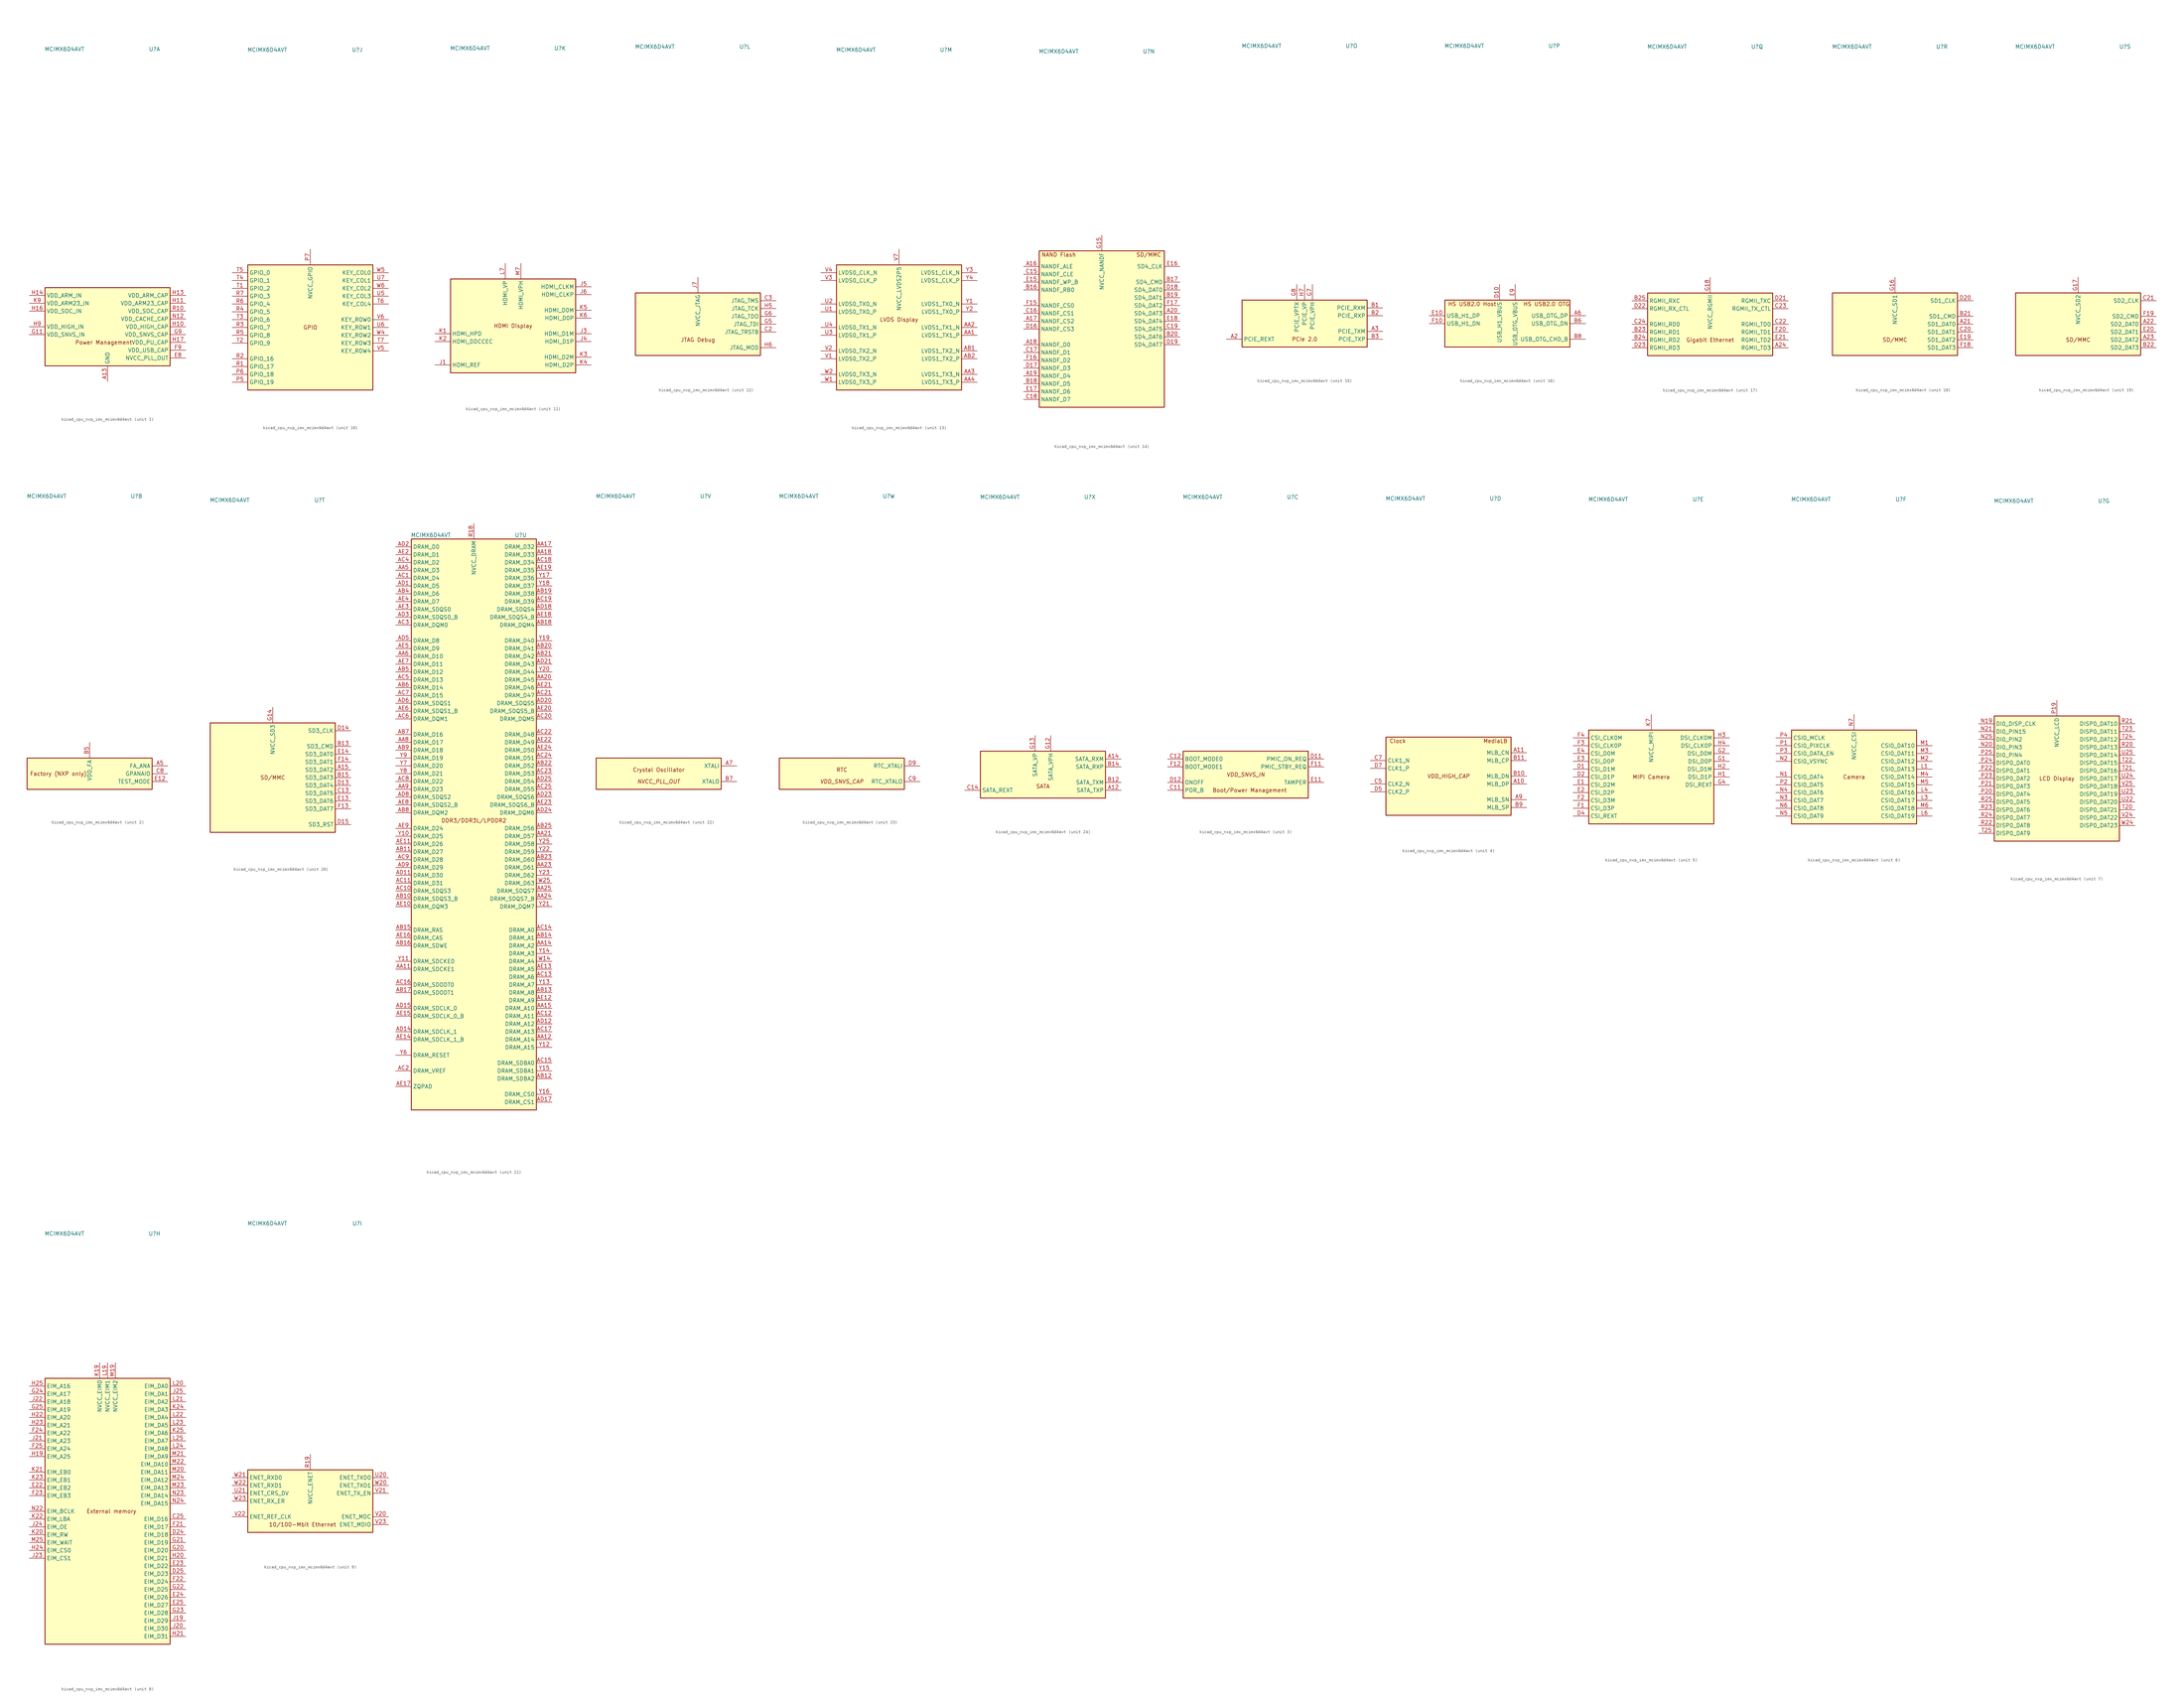
<source format=kicad_sym>
(kicad_symbol_lib
  (version 20220914)
  (generator kicad_symbol_editor)
  (symbol "kicad_cpu_nxp_imx_mcimx6d4avt"
    (property "Reference" "U"
      (at 15.24 90.17 0)
      (effects (font (size 1.27 1.27))))
    (property "Value" "MCIMX6D4AVT"
      (at -13.97 90.17 0)
      (effects (font (size 1.27 1.27))))
    (property "ki_locked" ""
      (at 0 0 0)
      (effects (font (size 1.27 1.27))))
    (symbol "kicad_cpu_nxp_imx_mcimx6d4avt_1_0"
      (text "Power Management" (at -1.27 -5.08 0) (effects (font (size 1.27 1.27)))))
    (symbol "kicad_cpu_nxp_imx_mcimx6d4avt_1_1"
      (rectangle (start -20.32 12.7) (end 20.32 -12.7) (stroke (width 0.254) (type default)) (fill (type background)))
      (pin power_in line (at 0 -17.78 90) (length 5.08) (name "GND" (effects (font (size 1.27 1.27)))) (number "A13" (effects (font (size 1.27 1.27)))))
      (pin passive line (at 0 -17.78 90) (length 5.08) hide (name "GND" (effects (font (size 1.27 1.27)))) (number "A25" (effects (font (size 1.27 1.27)))))
      (pin passive line (at 0 -17.78 90) (length 5.08) hide (name "GND" (effects (font (size 1.27 1.27)))) (number "A4" (effects (font (size 1.27 1.27)))))
      (pin passive line (at 0 -17.78 90) (length 5.08) hide (name "GND" (effects (font (size 1.27 1.27)))) (number "A8" (effects (font (size 1.27 1.27)))))
      (pin passive line (at 0 -17.78 90) (length 5.08) hide (name "GND" (effects (font (size 1.27 1.27)))) (number "AA10" (effects (font (size 1.27 1.27)))))
      (pin passive line (at 0 -17.78 90) (length 5.08) hide (name "GND" (effects (font (size 1.27 1.27)))) (number "AA13" (effects (font (size 1.27 1.27)))))
      (pin passive line (at 0 -17.78 90) (length 5.08) hide (name "GND" (effects (font (size 1.27 1.27)))) (number "AA16" (effects (font (size 1.27 1.27)))))
      (pin passive line (at 0 -17.78 90) (length 5.08) hide (name "GND" (effects (font (size 1.27 1.27)))) (number "AA19" (effects (font (size 1.27 1.27)))))
      (pin passive line (at 0 -17.78 90) (length 5.08) hide (name "GND" (effects (font (size 1.27 1.27)))) (number "AA22" (effects (font (size 1.27 1.27)))))
      (pin passive line (at 0 -17.78 90) (length 5.08) hide (name "GND" (effects (font (size 1.27 1.27)))) (number "AA7" (effects (font (size 1.27 1.27)))))
      (pin passive line (at 0 -17.78 90) (length 5.08) hide (name "GND" (effects (font (size 1.27 1.27)))) (number "AB24" (effects (font (size 1.27 1.27)))))
      (pin passive line (at 0 -17.78 90) (length 5.08) hide (name "GND" (effects (font (size 1.27 1.27)))) (number "AB3" (effects (font (size 1.27 1.27)))))
      (pin passive line (at 0 -17.78 90) (length 5.08) hide (name "GND" (effects (font (size 1.27 1.27)))) (number "AD10" (effects (font (size 1.27 1.27)))))
      (pin passive line (at 0 -17.78 90) (length 5.08) hide (name "GND" (effects (font (size 1.27 1.27)))) (number "AD13" (effects (font (size 1.27 1.27)))))
      (pin passive line (at 0 -17.78 90) (length 5.08) hide (name "GND" (effects (font (size 1.27 1.27)))) (number "AD16" (effects (font (size 1.27 1.27)))))
      (pin passive line (at 0 -17.78 90) (length 5.08) hide (name "GND" (effects (font (size 1.27 1.27)))) (number "AD19" (effects (font (size 1.27 1.27)))))
      (pin passive line (at 0 -17.78 90) (length 5.08) hide (name "GND" (effects (font (size 1.27 1.27)))) (number "AD22" (effects (font (size 1.27 1.27)))))
      (pin passive line (at 0 -17.78 90) (length 5.08) hide (name "GND" (effects (font (size 1.27 1.27)))) (number "AD4" (effects (font (size 1.27 1.27)))))
      (pin passive line (at 0 -17.78 90) (length 5.08) hide (name "GND" (effects (font (size 1.27 1.27)))) (number "AD7" (effects (font (size 1.27 1.27)))))
      (pin passive line (at 0 -17.78 90) (length 5.08) hide (name "GND" (effects (font (size 1.27 1.27)))) (number "AE1" (effects (font (size 1.27 1.27)))))
      (pin passive line (at 0 -17.78 90) (length 5.08) hide (name "GND" (effects (font (size 1.27 1.27)))) (number "AE25" (effects (font (size 1.27 1.27)))))
      (pin passive line (at 0 -17.78 90) (length 5.08) hide (name "GND" (effects (font (size 1.27 1.27)))) (number "B4" (effects (font (size 1.27 1.27)))))
      (pin passive line (at 0 -17.78 90) (length 5.08) hide (name "GND" (effects (font (size 1.27 1.27)))) (number "C1" (effects (font (size 1.27 1.27)))))
      (pin passive line (at 0 -17.78 90) (length 5.08) hide (name "GND" (effects (font (size 1.27 1.27)))) (number "C10" (effects (font (size 1.27 1.27)))))
      (pin passive line (at 0 -17.78 90) (length 5.08) hide (name "GND" (effects (font (size 1.27 1.27)))) (number "C4" (effects (font (size 1.27 1.27)))))
      (pin passive line (at 0 -17.78 90) (length 5.08) hide (name "GND" (effects (font (size 1.27 1.27)))) (number "C6" (effects (font (size 1.27 1.27)))))
      (pin passive line (at 0 -17.78 90) (length 5.08) hide (name "GND" (effects (font (size 1.27 1.27)))) (number "D3" (effects (font (size 1.27 1.27)))))
      (pin passive line (at 0 -17.78 90) (length 5.08) hide (name "GND" (effects (font (size 1.27 1.27)))) (number "D6" (effects (font (size 1.27 1.27)))))
      (pin passive line (at 0 -17.78 90) (length 5.08) hide (name "GND" (effects (font (size 1.27 1.27)))) (number "D8" (effects (font (size 1.27 1.27)))))
      (pin passive line (at 0 -17.78 90) (length 5.08) hide (name "GND" (effects (font (size 1.27 1.27)))) (number "E5" (effects (font (size 1.27 1.27)))))
      (pin passive line (at 0 -17.78 90) (length 5.08) hide (name "GND" (effects (font (size 1.27 1.27)))) (number "E6" (effects (font (size 1.27 1.27)))))
      (pin passive line (at 0 -17.78 90) (length 5.08) hide (name "GND" (effects (font (size 1.27 1.27)))) (number "E7" (effects (font (size 1.27 1.27)))))
      (pin power_out line (at 25.4 -10.16 180) (length 5.08) (name "NVCC_PLL_OUT" (effects (font (size 1.27 1.27)))) (number "E8" (effects (font (size 1.27 1.27)))))
      (pin passive line (at 0 -17.78 90) (length 5.08) hide (name "GND" (effects (font (size 1.27 1.27)))) (number "F5" (effects (font (size 1.27 1.27)))))
      (pin passive line (at 0 -17.78 90) (length 5.08) hide (name "GND" (effects (font (size 1.27 1.27)))) (number "F6" (effects (font (size 1.27 1.27)))))
      (pin passive line (at 0 -17.78 90) (length 5.08) hide (name "GND" (effects (font (size 1.27 1.27)))) (number "F7" (effects (font (size 1.27 1.27)))))
      (pin passive line (at 0 -17.78 90) (length 5.08) hide (name "GND" (effects (font (size 1.27 1.27)))) (number "F8" (effects (font (size 1.27 1.27)))))
      (pin power_out line (at 25.4 -7.62 180) (length 5.08) (name "VDD_USB_CAP" (effects (font (size 1.27 1.27)))) (number "F9" (effects (font (size 1.27 1.27)))))
      (pin passive line (at 0 -17.78 90) (length 5.08) hide (name "GND" (effects (font (size 1.27 1.27)))) (number "G10" (effects (font (size 1.27 1.27)))))
      (pin power_in line (at -25.4 -2.54 0) (length 5.08) (name "VDD_SNVS_IN" (effects (font (size 1.27 1.27)))) (number "G11" (effects (font (size 1.27 1.27)))))
      (pin passive line (at 0 -17.78 90) (length 5.08) hide (name "GND" (effects (font (size 1.27 1.27)))) (number "G19" (effects (font (size 1.27 1.27)))))
      (pin passive line (at 0 -17.78 90) (length 5.08) hide (name "GND" (effects (font (size 1.27 1.27)))) (number "G3" (effects (font (size 1.27 1.27)))))
      (pin power_out line (at 25.4 -2.54 180) (length 5.08) (name "VDD_SNVS_CAP" (effects (font (size 1.27 1.27)))) (number "G9" (effects (font (size 1.27 1.27)))))
      (pin power_out line (at 25.4 0 180) (length 5.08) (name "VDD_HIGH_CAP" (effects (font (size 1.27 1.27)))) (number "H10" (effects (font (size 1.27 1.27)))))
      (pin power_out line (at 25.4 7.62 180) (length 5.08) (name "VDD_ARM23_CAP" (effects (font (size 1.27 1.27)))) (number "H11" (effects (font (size 1.27 1.27)))))
      (pin passive line (at 0 -17.78 90) (length 5.08) hide (name "GND" (effects (font (size 1.27 1.27)))) (number "H12" (effects (font (size 1.27 1.27)))))
      (pin power_out line (at 25.4 10.16 180) (length 5.08) (name "VDD_ARM_CAP" (effects (font (size 1.27 1.27)))) (number "H13" (effects (font (size 1.27 1.27)))))
      (pin power_in line (at -25.4 10.16 0) (length 5.08) (name "VDD_ARM_IN" (effects (font (size 1.27 1.27)))) (number "H14" (effects (font (size 1.27 1.27)))))
      (pin passive line (at 0 -17.78 90) (length 5.08) hide (name "GND" (effects (font (size 1.27 1.27)))) (number "H15" (effects (font (size 1.27 1.27)))))
      (pin power_in line (at -25.4 5.08 0) (length 5.08) (name "VDD_SOC_IN" (effects (font (size 1.27 1.27)))) (number "H16" (effects (font (size 1.27 1.27)))))
      (pin power_out line (at 25.4 -5.08 180) (length 5.08) (name "VDD_PU_CAP" (effects (font (size 1.27 1.27)))) (number "H17" (effects (font (size 1.27 1.27)))))
      (pin passive line (at 0 -17.78 90) (length 5.08) hide (name "GND" (effects (font (size 1.27 1.27)))) (number "H18" (effects (font (size 1.27 1.27)))))
      (pin passive line (at 0 -17.78 90) (length 5.08) hide (name "GND" (effects (font (size 1.27 1.27)))) (number "H8" (effects (font (size 1.27 1.27)))))
      (pin power_in line (at -25.4 0 0) (length 5.08) (name "VDD_HIGH_IN" (effects (font (size 1.27 1.27)))) (number "H9" (effects (font (size 1.27 1.27)))))
      (pin passive line (at 25.4 0 180) (length 5.08) hide (name "VDD_HIGH_CAP" (effects (font (size 1.27 1.27)))) (number "J10" (effects (font (size 1.27 1.27)))))
      (pin passive line (at 25.4 7.62 180) (length 5.08) hide (name "VDD_ARM23_CAP" (effects (font (size 1.27 1.27)))) (number "J11" (effects (font (size 1.27 1.27)))))
      (pin passive line (at 0 -17.78 90) (length 5.08) hide (name "GND" (effects (font (size 1.27 1.27)))) (number "J12" (effects (font (size 1.27 1.27)))))
      (pin passive line (at 25.4 10.16 180) (length 5.08) hide (name "VDD_ARM_CAP" (effects (font (size 1.27 1.27)))) (number "J13" (effects (font (size 1.27 1.27)))))
      (pin passive line (at -25.4 10.16 0) (length 5.08) hide (name "VDD_ARM_IN" (effects (font (size 1.27 1.27)))) (number "J14" (effects (font (size 1.27 1.27)))))
      (pin passive line (at 0 -17.78 90) (length 5.08) hide (name "GND" (effects (font (size 1.27 1.27)))) (number "J15" (effects (font (size 1.27 1.27)))))
      (pin passive line (at -25.4 5.08 0) (length 5.08) hide (name "VDD_SOC_IN" (effects (font (size 1.27 1.27)))) (number "J16" (effects (font (size 1.27 1.27)))))
      (pin passive line (at 25.4 -5.08 180) (length 5.08) hide (name "VDD_PU_CAP" (effects (font (size 1.27 1.27)))) (number "J17" (effects (font (size 1.27 1.27)))))
      (pin passive line (at 0 -17.78 90) (length 5.08) hide (name "GND" (effects (font (size 1.27 1.27)))) (number "J18" (effects (font (size 1.27 1.27)))))
      (pin passive line (at 0 -17.78 90) (length 5.08) hide (name "GND" (effects (font (size 1.27 1.27)))) (number "J2" (effects (font (size 1.27 1.27)))))
      (pin passive line (at 0 -17.78 90) (length 5.08) hide (name "GND" (effects (font (size 1.27 1.27)))) (number "J8" (effects (font (size 1.27 1.27)))))
      (pin passive line (at -25.4 0 0) (length 5.08) hide (name "VDD_HIGH_IN" (effects (font (size 1.27 1.27)))) (number "J9" (effects (font (size 1.27 1.27)))))
      (pin passive line (at 0 -17.78 90) (length 5.08) hide (name "GND" (effects (font (size 1.27 1.27)))) (number "K10" (effects (font (size 1.27 1.27)))))
      (pin passive line (at 25.4 7.62 180) (length 5.08) hide (name "VDD_ARM23_CAP" (effects (font (size 1.27 1.27)))) (number "K11" (effects (font (size 1.27 1.27)))))
      (pin passive line (at 0 -17.78 90) (length 5.08) hide (name "GND" (effects (font (size 1.27 1.27)))) (number "K12" (effects (font (size 1.27 1.27)))))
      (pin passive line (at 25.4 10.16 180) (length 5.08) hide (name "VDD_ARM_CAP" (effects (font (size 1.27 1.27)))) (number "K13" (effects (font (size 1.27 1.27)))))
      (pin passive line (at -25.4 10.16 0) (length 5.08) hide (name "VDD_ARM_IN" (effects (font (size 1.27 1.27)))) (number "K14" (effects (font (size 1.27 1.27)))))
      (pin passive line (at 0 -17.78 90) (length 5.08) hide (name "GND" (effects (font (size 1.27 1.27)))) (number "K15" (effects (font (size 1.27 1.27)))))
      (pin passive line (at -25.4 5.08 0) (length 5.08) hide (name "VDD_SOC_IN" (effects (font (size 1.27 1.27)))) (number "K16" (effects (font (size 1.27 1.27)))))
      (pin passive line (at 25.4 -5.08 180) (length 5.08) hide (name "VDD_PU_CAP" (effects (font (size 1.27 1.27)))) (number "K17" (effects (font (size 1.27 1.27)))))
      (pin passive line (at 0 -17.78 90) (length 5.08) hide (name "GND" (effects (font (size 1.27 1.27)))) (number "K18" (effects (font (size 1.27 1.27)))))
      (pin passive line (at 0 -17.78 90) (length 5.08) hide (name "GND" (effects (font (size 1.27 1.27)))) (number "K8" (effects (font (size 1.27 1.27)))))
      (pin power_in line (at -25.4 7.62 0) (length 5.08) (name "VDD_ARM23_IN" (effects (font (size 1.27 1.27)))) (number "K9" (effects (font (size 1.27 1.27)))))
      (pin passive line (at 0 -17.78 90) (length 5.08) hide (name "GND" (effects (font (size 1.27 1.27)))) (number "L10" (effects (font (size 1.27 1.27)))))
      (pin passive line (at 25.4 7.62 180) (length 5.08) hide (name "VDD_ARM23_CAP" (effects (font (size 1.27 1.27)))) (number "L11" (effects (font (size 1.27 1.27)))))
      (pin passive line (at 0 -17.78 90) (length 5.08) hide (name "GND" (effects (font (size 1.27 1.27)))) (number "L12" (effects (font (size 1.27 1.27)))))
      (pin passive line (at 25.4 10.16 180) (length 5.08) hide (name "VDD_ARM_CAP" (effects (font (size 1.27 1.27)))) (number "L13" (effects (font (size 1.27 1.27)))))
      (pin passive line (at -25.4 10.16 0) (length 5.08) hide (name "VDD_ARM_IN" (effects (font (size 1.27 1.27)))) (number "L14" (effects (font (size 1.27 1.27)))))
      (pin passive line (at 0 -17.78 90) (length 5.08) hide (name "GND" (effects (font (size 1.27 1.27)))) (number "L15" (effects (font (size 1.27 1.27)))))
      (pin passive line (at -25.4 5.08 0) (length 5.08) hide (name "VDD_SOC_IN" (effects (font (size 1.27 1.27)))) (number "L16" (effects (font (size 1.27 1.27)))))
      (pin passive line (at 25.4 -5.08 180) (length 5.08) hide (name "VDD_PU_CAP" (effects (font (size 1.27 1.27)))) (number "L17" (effects (font (size 1.27 1.27)))))
      (pin passive line (at 0 -17.78 90) (length 5.08) hide (name "GND" (effects (font (size 1.27 1.27)))) (number "L18" (effects (font (size 1.27 1.27)))))
      (pin passive line (at 0 -17.78 90) (length 5.08) hide (name "GND" (effects (font (size 1.27 1.27)))) (number "L2" (effects (font (size 1.27 1.27)))))
      (pin passive line (at 0 -17.78 90) (length 5.08) hide (name "GND" (effects (font (size 1.27 1.27)))) (number "L5" (effects (font (size 1.27 1.27)))))
      (pin passive line (at 0 -17.78 90) (length 5.08) hide (name "GND" (effects (font (size 1.27 1.27)))) (number "L8" (effects (font (size 1.27 1.27)))))
      (pin passive line (at -25.4 7.62 0) (length 5.08) hide (name "VDD_ARM23_IN" (effects (font (size 1.27 1.27)))) (number "L9" (effects (font (size 1.27 1.27)))))
      (pin passive line (at 0 -17.78 90) (length 5.08) hide (name "GND" (effects (font (size 1.27 1.27)))) (number "M10" (effects (font (size 1.27 1.27)))))
      (pin passive line (at 25.4 7.62 180) (length 5.08) hide (name "VDD_ARM23_CAP" (effects (font (size 1.27 1.27)))) (number "M11" (effects (font (size 1.27 1.27)))))
      (pin passive line (at 0 -17.78 90) (length 5.08) hide (name "GND" (effects (font (size 1.27 1.27)))) (number "M12" (effects (font (size 1.27 1.27)))))
      (pin passive line (at 25.4 10.16 180) (length 5.08) hide (name "VDD_ARM_CAP" (effects (font (size 1.27 1.27)))) (number "M13" (effects (font (size 1.27 1.27)))))
      (pin passive line (at -25.4 10.16 0) (length 5.08) hide (name "VDD_ARM_IN" (effects (font (size 1.27 1.27)))) (number "M14" (effects (font (size 1.27 1.27)))))
      (pin passive line (at 0 -17.78 90) (length 5.08) hide (name "GND" (effects (font (size 1.27 1.27)))) (number "M15" (effects (font (size 1.27 1.27)))))
      (pin passive line (at -25.4 5.08 0) (length 5.08) hide (name "VDD_SOC_IN" (effects (font (size 1.27 1.27)))) (number "M16" (effects (font (size 1.27 1.27)))))
      (pin passive line (at 25.4 -5.08 180) (length 5.08) hide (name "VDD_PU_CAP" (effects (font (size 1.27 1.27)))) (number "M17" (effects (font (size 1.27 1.27)))))
      (pin passive line (at 0 -17.78 90) (length 5.08) hide (name "GND" (effects (font (size 1.27 1.27)))) (number "M18" (effects (font (size 1.27 1.27)))))
      (pin passive line (at 0 -17.78 90) (length 5.08) hide (name "GND" (effects (font (size 1.27 1.27)))) (number "M8" (effects (font (size 1.27 1.27)))))
      (pin passive line (at -25.4 7.62 0) (length 5.08) hide (name "VDD_ARM23_IN" (effects (font (size 1.27 1.27)))) (number "M9" (effects (font (size 1.27 1.27)))))
      (pin passive line (at 0 -17.78 90) (length 5.08) hide (name "GND" (effects (font (size 1.27 1.27)))) (number "N10" (effects (font (size 1.27 1.27)))))
      (pin passive line (at 25.4 7.62 180) (length 5.08) hide (name "VDD_ARM23_CAP" (effects (font (size 1.27 1.27)))) (number "N11" (effects (font (size 1.27 1.27)))))
      (pin power_in line (at 25.4 2.54 180) (length 5.08) (name "VDD_CACHE_CAP" (effects (font (size 1.27 1.27)))) (number "N12" (effects (font (size 1.27 1.27)))))
      (pin passive line (at 25.4 10.16 180) (length 5.08) hide (name "VDD_ARM_CAP" (effects (font (size 1.27 1.27)))) (number "N13" (effects (font (size 1.27 1.27)))))
      (pin passive line (at -25.4 10.16 0) (length 5.08) hide (name "VDD_ARM_IN" (effects (font (size 1.27 1.27)))) (number "N14" (effects (font (size 1.27 1.27)))))
      (pin passive line (at 0 -17.78 90) (length 5.08) hide (name "GND" (effects (font (size 1.27 1.27)))) (number "N15" (effects (font (size 1.27 1.27)))))
      (pin passive line (at -25.4 5.08 0) (length 5.08) hide (name "VDD_SOC_IN" (effects (font (size 1.27 1.27)))) (number "N16" (effects (font (size 1.27 1.27)))))
      (pin passive line (at 25.4 -5.08 180) (length 5.08) hide (name "VDD_PU_CAP" (effects (font (size 1.27 1.27)))) (number "N17" (effects (font (size 1.27 1.27)))))
      (pin passive line (at 0 -17.78 90) (length 5.08) hide (name "GND" (effects (font (size 1.27 1.27)))) (number "N18" (effects (font (size 1.27 1.27)))))
      (pin passive line (at 0 -17.78 90) (length 5.08) hide (name "GND" (effects (font (size 1.27 1.27)))) (number "N8" (effects (font (size 1.27 1.27)))))
      (pin passive line (at -25.4 7.62 0) (length 5.08) hide (name "VDD_ARM23_IN" (effects (font (size 1.27 1.27)))) (number "N9" (effects (font (size 1.27 1.27)))))
      (pin passive line (at 0 -17.78 90) (length 5.08) hide (name "GND" (effects (font (size 1.27 1.27)))) (number "P10" (effects (font (size 1.27 1.27)))))
      (pin passive line (at 25.4 7.62 180) (length 5.08) hide (name "VDD_ARM23_CAP" (effects (font (size 1.27 1.27)))) (number "P11" (effects (font (size 1.27 1.27)))))
      (pin passive line (at 0 -17.78 90) (length 5.08) hide (name "GND" (effects (font (size 1.27 1.27)))) (number "P12" (effects (font (size 1.27 1.27)))))
      (pin passive line (at 25.4 10.16 180) (length 5.08) hide (name "VDD_ARM_CAP" (effects (font (size 1.27 1.27)))) (number "P13" (effects (font (size 1.27 1.27)))))
      (pin passive line (at -25.4 10.16 0) (length 5.08) hide (name "VDD_ARM_IN" (effects (font (size 1.27 1.27)))) (number "P14" (effects (font (size 1.27 1.27)))))
      (pin passive line (at 0 -17.78 90) (length 5.08) hide (name "GND" (effects (font (size 1.27 1.27)))) (number "P15" (effects (font (size 1.27 1.27)))))
      (pin passive line (at -25.4 5.08 0) (length 5.08) hide (name "VDD_SOC_IN" (effects (font (size 1.27 1.27)))) (number "P16" (effects (font (size 1.27 1.27)))))
      (pin passive line (at 25.4 -5.08 180) (length 5.08) hide (name "VDD_PU_CAP" (effects (font (size 1.27 1.27)))) (number "P17" (effects (font (size 1.27 1.27)))))
      (pin passive line (at 0 -17.78 90) (length 5.08) hide (name "GND" (effects (font (size 1.27 1.27)))) (number "P18" (effects (font (size 1.27 1.27)))))
      (pin passive line (at 0 -17.78 90) (length 5.08) hide (name "GND" (effects (font (size 1.27 1.27)))) (number "P8" (effects (font (size 1.27 1.27)))))
      (pin passive line (at -25.4 7.62 0) (length 5.08) hide (name "VDD_ARM23_IN" (effects (font (size 1.27 1.27)))) (number "P9" (effects (font (size 1.27 1.27)))))
      (pin power_out line (at 25.4 5.08 180) (length 5.08) (name "VDD_SOC_CAP" (effects (font (size 1.27 1.27)))) (number "R10" (effects (font (size 1.27 1.27)))))
      (pin passive line (at 25.4 7.62 180) (length 5.08) hide (name "VDD_ARM23_CAP" (effects (font (size 1.27 1.27)))) (number "R11" (effects (font (size 1.27 1.27)))))
      (pin passive line (at 0 -17.78 90) (length 5.08) hide (name "GND" (effects (font (size 1.27 1.27)))) (number "R12" (effects (font (size 1.27 1.27)))))
      (pin passive line (at 25.4 10.16 180) (length 5.08) hide (name "VDD_ARM_CAP" (effects (font (size 1.27 1.27)))) (number "R13" (effects (font (size 1.27 1.27)))))
      (pin passive line (at -25.4 10.16 0) (length 5.08) hide (name "VDD_ARM_IN" (effects (font (size 1.27 1.27)))) (number "R14" (effects (font (size 1.27 1.27)))))
      (pin passive line (at 0 -17.78 90) (length 5.08) hide (name "GND" (effects (font (size 1.27 1.27)))) (number "R15" (effects (font (size 1.27 1.27)))))
      (pin passive line (at -25.4 5.08 0) (length 5.08) hide (name "VDD_SOC_IN" (effects (font (size 1.27 1.27)))) (number "R16" (effects (font (size 1.27 1.27)))))
      (pin passive line (at 0 -17.78 90) (length 5.08) hide (name "GND" (effects (font (size 1.27 1.27)))) (number "R17" (effects (font (size 1.27 1.27)))))
      (pin passive line (at 0 -17.78 90) (length 5.08) hide (name "GND" (effects (font (size 1.27 1.27)))) (number "R8" (effects (font (size 1.27 1.27)))))
      (pin passive line (at -25.4 7.62 0) (length 5.08) hide (name "VDD_ARM23_IN" (effects (font (size 1.27 1.27)))) (number "R9" (effects (font (size 1.27 1.27)))))
      (pin passive line (at 25.4 5.08 180) (length 5.08) hide (name "VDD_SOC_CAP" (effects (font (size 1.27 1.27)))) (number "T10" (effects (font (size 1.27 1.27)))))
      (pin passive line (at 0 -17.78 90) (length 5.08) hide (name "GND" (effects (font (size 1.27 1.27)))) (number "T11" (effects (font (size 1.27 1.27)))))
      (pin passive line (at 0 -17.78 90) (length 5.08) hide (name "GND" (effects (font (size 1.27 1.27)))) (number "T12" (effects (font (size 1.27 1.27)))))
      (pin passive line (at 25.4 5.08 180) (length 5.08) hide (name "VDD_SOC_CAP" (effects (font (size 1.27 1.27)))) (number "T13" (effects (font (size 1.27 1.27)))))
      (pin passive line (at 25.4 5.08 180) (length 5.08) hide (name "VDD_SOC_CAP" (effects (font (size 1.27 1.27)))) (number "T14" (effects (font (size 1.27 1.27)))))
      (pin passive line (at 0 -17.78 90) (length 5.08) hide (name "GND" (effects (font (size 1.27 1.27)))) (number "T15" (effects (font (size 1.27 1.27)))))
      (pin passive line (at -25.4 5.08 0) (length 5.08) hide (name "VDD_SOC_IN" (effects (font (size 1.27 1.27)))) (number "T16" (effects (font (size 1.27 1.27)))))
      (pin passive line (at 0 -17.78 90) (length 5.08) hide (name "GND" (effects (font (size 1.27 1.27)))) (number "T17" (effects (font (size 1.27 1.27)))))
      (pin passive line (at 0 -17.78 90) (length 5.08) hide (name "GND" (effects (font (size 1.27 1.27)))) (number "T19" (effects (font (size 1.27 1.27)))))
      (pin passive line (at 0 -17.78 90) (length 5.08) hide (name "GND" (effects (font (size 1.27 1.27)))) (number "T8" (effects (font (size 1.27 1.27)))))
      (pin passive line (at -25.4 7.62 0) (length 5.08) hide (name "VDD_ARM23_IN" (effects (font (size 1.27 1.27)))) (number "T9" (effects (font (size 1.27 1.27)))))
      (pin passive line (at 25.4 5.08 180) (length 5.08) hide (name "VDD_SOC_CAP" (effects (font (size 1.27 1.27)))) (number "U10" (effects (font (size 1.27 1.27)))))
      (pin passive line (at 0 -17.78 90) (length 5.08) hide (name "GND" (effects (font (size 1.27 1.27)))) (number "U11" (effects (font (size 1.27 1.27)))))
      (pin passive line (at 0 -17.78 90) (length 5.08) hide (name "GND" (effects (font (size 1.27 1.27)))) (number "U12" (effects (font (size 1.27 1.27)))))
      (pin passive line (at 25.4 5.08 180) (length 5.08) hide (name "VDD_SOC_CAP" (effects (font (size 1.27 1.27)))) (number "U13" (effects (font (size 1.27 1.27)))))
      (pin passive line (at 25.4 5.08 180) (length 5.08) hide (name "VDD_SOC_CAP" (effects (font (size 1.27 1.27)))) (number "U14" (effects (font (size 1.27 1.27)))))
      (pin passive line (at 0 -17.78 90) (length 5.08) hide (name "GND" (effects (font (size 1.27 1.27)))) (number "U15" (effects (font (size 1.27 1.27)))))
      (pin passive line (at -25.4 5.08 0) (length 5.08) hide (name "VDD_SOC_IN" (effects (font (size 1.27 1.27)))) (number "U16" (effects (font (size 1.27 1.27)))))
      (pin passive line (at 0 -17.78 90) (length 5.08) hide (name "GND" (effects (font (size 1.27 1.27)))) (number "U17" (effects (font (size 1.27 1.27)))))
      (pin passive line (at 0 -17.78 90) (length 5.08) hide (name "GND" (effects (font (size 1.27 1.27)))) (number "U19" (effects (font (size 1.27 1.27)))))
      (pin passive line (at 0 -17.78 90) (length 5.08) hide (name "GND" (effects (font (size 1.27 1.27)))) (number "U8" (effects (font (size 1.27 1.27)))))
      (pin passive line (at -25.4 7.62 0) (length 5.08) hide (name "VDD_ARM23_IN" (effects (font (size 1.27 1.27)))) (number "U9" (effects (font (size 1.27 1.27)))))
      (pin passive line (at 0 -17.78 90) (length 5.08) hide (name "GND" (effects (font (size 1.27 1.27)))) (number "V19" (effects (font (size 1.27 1.27)))))
      (pin passive line (at 0 -17.78 90) (length 5.08) hide (name "GND" (effects (font (size 1.27 1.27)))) (number "V8" (effects (font (size 1.27 1.27)))))
      (pin passive line (at 0 -17.78 90) (length 5.08) hide (name "GND" (effects (font (size 1.27 1.27)))) (number "W10" (effects (font (size 1.27 1.27)))))
      (pin passive line (at 0 -17.78 90) (length 5.08) hide (name "GND" (effects (font (size 1.27 1.27)))) (number "W11" (effects (font (size 1.27 1.27)))))
      (pin passive line (at 0 -17.78 90) (length 5.08) hide (name "GND" (effects (font (size 1.27 1.27)))) (number "W12" (effects (font (size 1.27 1.27)))))
      (pin passive line (at 0 -17.78 90) (length 5.08) hide (name "GND" (effects (font (size 1.27 1.27)))) (number "W13" (effects (font (size 1.27 1.27)))))
      (pin passive line (at 0 -17.78 90) (length 5.08) hide (name "GND" (effects (font (size 1.27 1.27)))) (number "W15" (effects (font (size 1.27 1.27)))))
      (pin passive line (at 0 -17.78 90) (length 5.08) hide (name "GND" (effects (font (size 1.27 1.27)))) (number "W16" (effects (font (size 1.27 1.27)))))
      (pin passive line (at 0 -17.78 90) (length 5.08) hide (name "GND" (effects (font (size 1.27 1.27)))) (number "W17" (effects (font (size 1.27 1.27)))))
      (pin passive line (at 0 -17.78 90) (length 5.08) hide (name "GND" (effects (font (size 1.27 1.27)))) (number "W18" (effects (font (size 1.27 1.27)))))
      (pin passive line (at 0 -17.78 90) (length 5.08) hide (name "GND" (effects (font (size 1.27 1.27)))) (number "W19" (effects (font (size 1.27 1.27)))))
      (pin passive line (at 0 -17.78 90) (length 5.08) hide (name "GND" (effects (font (size 1.27 1.27)))) (number "W3" (effects (font (size 1.27 1.27)))))
      (pin passive line (at 0 -17.78 90) (length 5.08) hide (name "GND" (effects (font (size 1.27 1.27)))) (number "W7" (effects (font (size 1.27 1.27)))))
      (pin passive line (at 0 -17.78 90) (length 5.08) hide (name "GND" (effects (font (size 1.27 1.27)))) (number "W8" (effects (font (size 1.27 1.27)))))
      (pin passive line (at 0 -17.78 90) (length 5.08) hide (name "GND" (effects (font (size 1.27 1.27)))) (number "W9" (effects (font (size 1.27 1.27)))))
      (pin passive line (at 0 -17.78 90) (length 5.08) hide (name "GND" (effects (font (size 1.27 1.27)))) (number "Y24" (effects (font (size 1.27 1.27)))))
      (pin passive line (at 0 -17.78 90) (length 5.08) hide (name "GND" (effects (font (size 1.27 1.27)))) (number "Y5" (effects (font (size 1.27 1.27))))))
    (symbol "kicad_cpu_nxp_imx_mcimx6d4avt_2_0"
      (text "Factory (NXP only)" (at -10.16 0 0) (effects (font (size 1.27 1.27)))))
    (symbol "kicad_cpu_nxp_imx_mcimx6d4avt_2_1"
      (rectangle (start -20.32 5.08) (end 20.32 -5.08) (stroke (width 0.254) (type default)) (fill (type background)))
      (pin passive line (at 25.4 2.54 180) (length 5.08) (name "FA_ANA" (effects (font (size 1.27 1.27)))) (number "A5" (effects (font (size 1.27 1.27)))))
      (pin passive line (at 0 10.16 270) (length 5.08) (name "VDD_FA" (effects (font (size 1.27 1.27)))) (number "B5" (effects (font (size 1.27 1.27)))))
      (pin passive line (at 25.4 0 180) (length 5.08) (name "GPANAIO" (effects (font (size 1.27 1.27)))) (number "C8" (effects (font (size 1.27 1.27)))))
      (pin passive line (at 25.4 -2.54 180) (length 5.08) (name "TEST_MODE" (effects (font (size 1.27 1.27)))) (number "E12" (effects (font (size 1.27 1.27))))))
    (symbol "kicad_cpu_nxp_imx_mcimx6d4avt_3_0"
      (text "Boot/Power Management" (at 1.27 -5.08 0) (effects (font (size 1.27 1.27)))))
    (symbol "kicad_cpu_nxp_imx_mcimx6d4avt_3_1"
      (rectangle (start -20.32 7.62) (end 20.32 -7.62) (stroke (width 0.254) (type default)) (fill (type background)))
      (text "VDD_SNVS_IN" (at 0 0 0) (effects (font (size 1.27 1.27) italic)))
      (pin input line (at -25.4 -5.08 0) (length 5.08) (name "POR_B" (effects (font (size 1.27 1.27)))) (number "C11" (effects (font (size 1.27 1.27)))))
      (pin input line (at -25.4 5.08 0) (length 5.08) (name "BOOT_MODE0" (effects (font (size 1.27 1.27)))) (number "C12" (effects (font (size 1.27 1.27)))))
      (pin output line (at 25.4 5.08 180) (length 5.08) (name "PMIC_ON_REQ" (effects (font (size 1.27 1.27)))) (number "D11" (effects (font (size 1.27 1.27)))))
      (pin input line (at -25.4 -2.54 0) (length 5.08) (name "ONOFF" (effects (font (size 1.27 1.27)))) (number "D12" (effects (font (size 1.27 1.27)))))
      (pin input line (at 25.4 -2.54 180) (length 5.08) (name "TAMPER" (effects (font (size 1.27 1.27)))) (number "E11" (effects (font (size 1.27 1.27)))))
      (pin output line (at 25.4 2.54 180) (length 5.08) (name "PMIC_STBY_REQ" (effects (font (size 1.27 1.27)))) (number "F11" (effects (font (size 1.27 1.27)))))
      (pin input line (at -25.4 2.54 0) (length 5.08) (name "BOOT_MODE1" (effects (font (size 1.27 1.27)))) (number "F12" (effects (font (size 1.27 1.27))))))
    (symbol "kicad_cpu_nxp_imx_mcimx6d4avt_4_0"
      (text "Clock" (at -16.51 11.43 0) (effects (font (size 1.27 1.27))))
      (text "MediaLB" (at 15.24 11.43 0) (effects (font (size 1.27 1.27)))))
    (symbol "kicad_cpu_nxp_imx_mcimx6d4avt_4_1"
      (rectangle (start -20.32 12.7) (end 20.32 -12.7) (stroke (width 0.254) (type default)) (fill (type background)))
      (text "VDD_HIGH_CAP" (at 0 0 0) (effects (font (size 1.27 1.27) italic)))
      (pin bidirectional line (at 25.4 -2.54 180) (length 5.08) (name "MLB_DP" (effects (font (size 1.27 1.27)))) (number "A10" (effects (font (size 1.27 1.27)))))
      (pin input line (at 25.4 7.62 180) (length 5.08) (name "MLB_CN" (effects (font (size 1.27 1.27)))) (number "A11" (effects (font (size 1.27 1.27)))))
      (pin bidirectional line (at 25.4 -7.62 180) (length 5.08) (name "MLB_SN" (effects (font (size 1.27 1.27)))) (number "A9" (effects (font (size 1.27 1.27)))))
      (pin bidirectional line (at 25.4 0 180) (length 5.08) (name "MLB_DN" (effects (font (size 1.27 1.27)))) (number "B10" (effects (font (size 1.27 1.27)))))
      (pin input line (at 25.4 5.08 180) (length 5.08) (name "MLB_CP" (effects (font (size 1.27 1.27)))) (number "B11" (effects (font (size 1.27 1.27)))))
      (pin bidirectional line (at 25.4 -10.16 180) (length 5.08) (name "MLB_SP" (effects (font (size 1.27 1.27)))) (number "B9" (effects (font (size 1.27 1.27)))))
      (pin bidirectional line (at -25.4 -2.54 0) (length 5.08) (name "CLK2_N" (effects (font (size 1.27 1.27)))) (number "C5" (effects (font (size 1.27 1.27)))))
      (pin bidirectional line (at -25.4 5.08 0) (length 5.08) (name "CLK1_N" (effects (font (size 1.27 1.27)))) (number "C7" (effects (font (size 1.27 1.27)))))
      (pin bidirectional line (at -25.4 -5.08 0) (length 5.08) (name "CLK2_P" (effects (font (size 1.27 1.27)))) (number "D5" (effects (font (size 1.27 1.27)))))
      (pin bidirectional line (at -25.4 2.54 0) (length 5.08) (name "CLK1_P" (effects (font (size 1.27 1.27)))) (number "D7" (effects (font (size 1.27 1.27))))))
    (symbol "kicad_cpu_nxp_imx_mcimx6d4avt_5_0"
      (text "MIPI Camera" (at 0 0 0) (effects (font (size 1.27 1.27)))))
    (symbol "kicad_cpu_nxp_imx_mcimx6d4avt_5_1"
      (rectangle (start -20.32 15.24) (end 20.32 -15.24) (stroke (width 0.254) (type default)) (fill (type background)))
      (pin input line (at -25.4 2.54 0) (length 5.08) (name "CSI_D1M" (effects (font (size 1.27 1.27)))) (number "D1" (effects (font (size 1.27 1.27)))))
      (pin input line (at -25.4 0 0) (length 5.08) (name "CSI_D1P" (effects (font (size 1.27 1.27)))) (number "D2" (effects (font (size 1.27 1.27)))))
      (pin passive line (at -25.4 -12.7 0) (length 5.08) (name "CSI_REXT" (effects (font (size 1.27 1.27)))) (number "D4" (effects (font (size 1.27 1.27)))))
      (pin input line (at -25.4 -2.54 0) (length 5.08) (name "CSI_D2M" (effects (font (size 1.27 1.27)))) (number "E1" (effects (font (size 1.27 1.27)))))
      (pin input line (at -25.4 -5.08 0) (length 5.08) (name "CSI_D2P" (effects (font (size 1.27 1.27)))) (number "E2" (effects (font (size 1.27 1.27)))))
      (pin input line (at -25.4 5.08 0) (length 5.08) (name "CSI_D0P" (effects (font (size 1.27 1.27)))) (number "E3" (effects (font (size 1.27 1.27)))))
      (pin input line (at -25.4 7.62 0) (length 5.08) (name "CSI_D0M" (effects (font (size 1.27 1.27)))) (number "E4" (effects (font (size 1.27 1.27)))))
      (pin input line (at -25.4 -10.16 0) (length 5.08) (name "CSI_D3P" (effects (font (size 1.27 1.27)))) (number "F1" (effects (font (size 1.27 1.27)))))
      (pin input line (at -25.4 -7.62 0) (length 5.08) (name "CSI_D3M" (effects (font (size 1.27 1.27)))) (number "F2" (effects (font (size 1.27 1.27)))))
      (pin input line (at -25.4 10.16 0) (length 5.08) (name "CSI_CLK0P" (effects (font (size 1.27 1.27)))) (number "F3" (effects (font (size 1.27 1.27)))))
      (pin input line (at -25.4 12.7 0) (length 5.08) (name "CSI_CLK0M" (effects (font (size 1.27 1.27)))) (number "F4" (effects (font (size 1.27 1.27)))))
      (pin output line (at 25.4 5.08 180) (length 5.08) (name "DSI_D0P" (effects (font (size 1.27 1.27)))) (number "G1" (effects (font (size 1.27 1.27)))))
      (pin output line (at 25.4 7.62 180) (length 5.08) (name "DSI_D0M" (effects (font (size 1.27 1.27)))) (number "G2" (effects (font (size 1.27 1.27)))))
      (pin passive line (at 25.4 -2.54 180) (length 5.08) (name "DSI_REXT" (effects (font (size 1.27 1.27)))) (number "G4" (effects (font (size 1.27 1.27)))))
      (pin output line (at 25.4 0 180) (length 5.08) (name "DSI_D1P" (effects (font (size 1.27 1.27)))) (number "H1" (effects (font (size 1.27 1.27)))))
      (pin output line (at 25.4 2.54 180) (length 5.08) (name "DSI_D1M" (effects (font (size 1.27 1.27)))) (number "H2" (effects (font (size 1.27 1.27)))))
      (pin output line (at 25.4 12.7 180) (length 5.08) (name "DSI_CLK0M" (effects (font (size 1.27 1.27)))) (number "H3" (effects (font (size 1.27 1.27)))))
      (pin output line (at 25.4 10.16 180) (length 5.08) (name "DSI_CLK0P" (effects (font (size 1.27 1.27)))) (number "H4" (effects (font (size 1.27 1.27)))))
      (pin power_in line (at 0 20.32 270) (length 5.08) (name "NVCC_MIPI" (effects (font (size 1.27 1.27)))) (number "K7" (effects (font (size 1.27 1.27))))))
    (symbol "kicad_cpu_nxp_imx_mcimx6d4avt_6_0"
      (text "Camera" (at 0 0 0) (effects (font (size 1.27 1.27)))))
    (symbol "kicad_cpu_nxp_imx_mcimx6d4avt_6_1"
      (rectangle (start -20.32 15.24) (end 20.32 -15.24) (stroke (width 0.254) (type default)) (fill (type background)))
      (pin bidirectional line (at 25.4 2.54 180) (length 5.08) (name "CSI0_DAT13" (effects (font (size 1.27 1.27)))) (number "L1" (effects (font (size 1.27 1.27)))))
      (pin bidirectional line (at 25.4 -7.62 180) (length 5.08) (name "CSI0_DAT17" (effects (font (size 1.27 1.27)))) (number "L3" (effects (font (size 1.27 1.27)))))
      (pin bidirectional line (at 25.4 -5.08 180) (length 5.08) (name "CSI0_DAT16" (effects (font (size 1.27 1.27)))) (number "L4" (effects (font (size 1.27 1.27)))))
      (pin bidirectional line (at 25.4 -12.7 180) (length 5.08) (name "CSI0_DAT19" (effects (font (size 1.27 1.27)))) (number "L6" (effects (font (size 1.27 1.27)))))
      (pin bidirectional line (at 25.4 10.16 180) (length 5.08) (name "CSI0_DAT10" (effects (font (size 1.27 1.27)))) (number "M1" (effects (font (size 1.27 1.27)))))
      (pin bidirectional line (at 25.4 5.08 180) (length 5.08) (name "CSI0_DAT12" (effects (font (size 1.27 1.27)))) (number "M2" (effects (font (size 1.27 1.27)))))
      (pin bidirectional line (at 25.4 7.62 180) (length 5.08) (name "CSI0_DAT11" (effects (font (size 1.27 1.27)))) (number "M3" (effects (font (size 1.27 1.27)))))
      (pin bidirectional line (at 25.4 0 180) (length 5.08) (name "CSI0_DAT14" (effects (font (size 1.27 1.27)))) (number "M4" (effects (font (size 1.27 1.27)))))
      (pin bidirectional line (at 25.4 -2.54 180) (length 5.08) (name "CSI0_DAT15" (effects (font (size 1.27 1.27)))) (number "M5" (effects (font (size 1.27 1.27)))))
      (pin bidirectional line (at 25.4 -10.16 180) (length 5.08) (name "CSI0_DAT18" (effects (font (size 1.27 1.27)))) (number "M6" (effects (font (size 1.27 1.27)))))
      (pin bidirectional line (at -25.4 0 0) (length 5.08) (name "CSI0_DAT4" (effects (font (size 1.27 1.27)))) (number "N1" (effects (font (size 1.27 1.27)))))
      (pin bidirectional line (at -25.4 5.08 0) (length 5.08) (name "CSI0_VSYNC" (effects (font (size 1.27 1.27)))) (number "N2" (effects (font (size 1.27 1.27)))))
      (pin bidirectional line (at -25.4 -7.62 0) (length 5.08) (name "CSI0_DAT7" (effects (font (size 1.27 1.27)))) (number "N3" (effects (font (size 1.27 1.27)))))
      (pin bidirectional line (at -25.4 -5.08 0) (length 5.08) (name "CSI0_DAT6" (effects (font (size 1.27 1.27)))) (number "N4" (effects (font (size 1.27 1.27)))))
      (pin bidirectional line (at -25.4 -12.7 0) (length 5.08) (name "CSI0_DAT9" (effects (font (size 1.27 1.27)))) (number "N5" (effects (font (size 1.27 1.27)))))
      (pin bidirectional line (at -25.4 -10.16 0) (length 5.08) (name "CSI0_DAT8" (effects (font (size 1.27 1.27)))) (number "N6" (effects (font (size 1.27 1.27)))))
      (pin power_in line (at 0 20.32 270) (length 5.08) (name "NVCC_CSI" (effects (font (size 1.27 1.27)))) (number "N7" (effects (font (size 1.27 1.27)))))
      (pin bidirectional line (at -25.4 10.16 0) (length 5.08) (name "CSI0_PIXCLK" (effects (font (size 1.27 1.27)))) (number "P1" (effects (font (size 1.27 1.27)))))
      (pin bidirectional line (at -25.4 -2.54 0) (length 5.08) (name "CSI0_DAT5" (effects (font (size 1.27 1.27)))) (number "P2" (effects (font (size 1.27 1.27)))))
      (pin bidirectional line (at -25.4 7.62 0) (length 5.08) (name "CSI0_DATA_EN" (effects (font (size 1.27 1.27)))) (number "P3" (effects (font (size 1.27 1.27)))))
      (pin bidirectional line (at -25.4 12.7 0) (length 5.08) (name "CSI0_MCLK" (effects (font (size 1.27 1.27)))) (number "P4" (effects (font (size 1.27 1.27))))))
    (symbol "kicad_cpu_nxp_imx_mcimx6d4avt_7_0"
      (text "LCD Display" (at 0 0 0) (effects (font (size 1.27 1.27)))))
    (symbol "kicad_cpu_nxp_imx_mcimx6d4avt_7_1"
      (rectangle (start -20.32 20.32) (end 20.32 -20.32) (stroke (width 0.254) (type default)) (fill (type background)))
      (pin bidirectional line (at -25.4 17.78 0) (length 5.08) (name "DI0_DISP_CLK" (effects (font (size 1.27 1.27)))) (number "N19" (effects (font (size 1.27 1.27)))))
      (pin bidirectional line (at -25.4 10.16 0) (length 5.08) (name "DI0_PIN3" (effects (font (size 1.27 1.27)))) (number "N20" (effects (font (size 1.27 1.27)))))
      (pin bidirectional line (at -25.4 15.24 0) (length 5.08) (name "DI0_PIN15" (effects (font (size 1.27 1.27)))) (number "N21" (effects (font (size 1.27 1.27)))))
      (pin bidirectional line (at -25.4 12.7 0) (length 5.08) (name "DI0_PIN2" (effects (font (size 1.27 1.27)))) (number "N25" (effects (font (size 1.27 1.27)))))
      (pin power_in line (at 0 25.4 270) (length 5.08) (name "NVCC_LCD" (effects (font (size 1.27 1.27)))) (number "P19" (effects (font (size 1.27 1.27)))))
      (pin bidirectional line (at -25.4 -5.08 0) (length 5.08) (name "DISP0_DAT4" (effects (font (size 1.27 1.27)))) (number "P20" (effects (font (size 1.27 1.27)))))
      (pin bidirectional line (at -25.4 -2.54 0) (length 5.08) (name "DISP0_DAT3" (effects (font (size 1.27 1.27)))) (number "P21" (effects (font (size 1.27 1.27)))))
      (pin bidirectional line (at -25.4 2.54 0) (length 5.08) (name "DISP0_DAT1" (effects (font (size 1.27 1.27)))) (number "P22" (effects (font (size 1.27 1.27)))))
      (pin bidirectional line (at -25.4 0 0) (length 5.08) (name "DISP0_DAT2" (effects (font (size 1.27 1.27)))) (number "P23" (effects (font (size 1.27 1.27)))))
      (pin bidirectional line (at -25.4 5.08 0) (length 5.08) (name "DISP0_DAT0" (effects (font (size 1.27 1.27)))) (number "P24" (effects (font (size 1.27 1.27)))))
      (pin bidirectional line (at -25.4 7.62 0) (length 5.08) (name "DI0_PIN4" (effects (font (size 1.27 1.27)))) (number "P25" (effects (font (size 1.27 1.27)))))
      (pin bidirectional line (at 25.4 10.16 180) (length 5.08) (name "DISP0_DAT13" (effects (font (size 1.27 1.27)))) (number "R20" (effects (font (size 1.27 1.27)))))
      (pin bidirectional line (at 25.4 17.78 180) (length 5.08) (name "DISP0_DAT10" (effects (font (size 1.27 1.27)))) (number "R21" (effects (font (size 1.27 1.27)))))
      (pin bidirectional line (at -25.4 -15.24 0) (length 5.08) (name "DISP0_DAT8" (effects (font (size 1.27 1.27)))) (number "R22" (effects (font (size 1.27 1.27)))))
      (pin bidirectional line (at -25.4 -10.16 0) (length 5.08) (name "DISP0_DAT6" (effects (font (size 1.27 1.27)))) (number "R23" (effects (font (size 1.27 1.27)))))
      (pin bidirectional line (at -25.4 -12.7 0) (length 5.08) (name "DISP0_DAT7" (effects (font (size 1.27 1.27)))) (number "R24" (effects (font (size 1.27 1.27)))))
      (pin bidirectional line (at -25.4 -7.62 0) (length 5.08) (name "DISP0_DAT5" (effects (font (size 1.27 1.27)))) (number "R25" (effects (font (size 1.27 1.27)))))
      (pin bidirectional line (at 25.4 -10.16 180) (length 5.08) (name "DISP0_DAT21" (effects (font (size 1.27 1.27)))) (number "T20" (effects (font (size 1.27 1.27)))))
      (pin bidirectional line (at 25.4 2.54 180) (length 5.08) (name "DISP0_DAT16" (effects (font (size 1.27 1.27)))) (number "T21" (effects (font (size 1.27 1.27)))))
      (pin bidirectional line (at 25.4 5.08 180) (length 5.08) (name "DISP0_DAT15" (effects (font (size 1.27 1.27)))) (number "T22" (effects (font (size 1.27 1.27)))))
      (pin bidirectional line (at 25.4 15.24 180) (length 5.08) (name "DISP0_DAT11" (effects (font (size 1.27 1.27)))) (number "T23" (effects (font (size 1.27 1.27)))))
      (pin bidirectional line (at 25.4 12.7 180) (length 5.08) (name "DISP0_DAT12" (effects (font (size 1.27 1.27)))) (number "T24" (effects (font (size 1.27 1.27)))))
      (pin bidirectional line (at -25.4 -17.78 0) (length 5.08) (name "DISP0_DAT9" (effects (font (size 1.27 1.27)))) (number "T25" (effects (font (size 1.27 1.27)))))
      (pin bidirectional line (at 25.4 -7.62 180) (length 5.08) (name "DISP0_DAT20" (effects (font (size 1.27 1.27)))) (number "U22" (effects (font (size 1.27 1.27)))))
      (pin bidirectional line (at 25.4 -5.08 180) (length 5.08) (name "DISP0_DAT19" (effects (font (size 1.27 1.27)))) (number "U23" (effects (font (size 1.27 1.27)))))
      (pin bidirectional line (at 25.4 0 180) (length 5.08) (name "DISP0_DAT17" (effects (font (size 1.27 1.27)))) (number "U24" (effects (font (size 1.27 1.27)))))
      (pin bidirectional line (at 25.4 7.62 180) (length 5.08) (name "DISP0_DAT14" (effects (font (size 1.27 1.27)))) (number "U25" (effects (font (size 1.27 1.27)))))
      (pin bidirectional line (at 25.4 -12.7 180) (length 5.08) (name "DISP0_DAT22" (effects (font (size 1.27 1.27)))) (number "V24" (effects (font (size 1.27 1.27)))))
      (pin bidirectional line (at 25.4 -2.54 180) (length 5.08) (name "DISP0_DAT18" (effects (font (size 1.27 1.27)))) (number "V25" (effects (font (size 1.27 1.27)))))
      (pin bidirectional line (at 25.4 -15.24 180) (length 5.08) (name "DISP0_DAT23" (effects (font (size 1.27 1.27)))) (number "W24" (effects (font (size 1.27 1.27))))))
    (symbol "kicad_cpu_nxp_imx_mcimx6d4avt_8_0"
      (text "External memory" (at 1.27 0 0) (effects (font (size 1.27 1.27)))))
    (symbol "kicad_cpu_nxp_imx_mcimx6d4avt_8_1"
      (rectangle (start -20.32 43.18) (end 20.32 -43.18) (stroke (width 0.254) (type default)) (fill (type background)))
      (pin bidirectional line (at 25.4 -2.54 180) (length 5.08) (name "EIM_D16" (effects (font (size 1.27 1.27)))) (number "C25" (effects (font (size 1.27 1.27)))))
      (pin bidirectional line (at 25.4 -7.62 180) (length 5.08) (name "EIM_D18" (effects (font (size 1.27 1.27)))) (number "D24" (effects (font (size 1.27 1.27)))))
      (pin bidirectional line (at 25.4 -20.32 180) (length 5.08) (name "EIM_D23" (effects (font (size 1.27 1.27)))) (number "D25" (effects (font (size 1.27 1.27)))))
      (pin bidirectional line (at -25.4 7.62 0) (length 5.08) (name "EIM_EB2" (effects (font (size 1.27 1.27)))) (number "E22" (effects (font (size 1.27 1.27)))))
      (pin bidirectional line (at 25.4 -17.78 180) (length 5.08) (name "EIM_D22" (effects (font (size 1.27 1.27)))) (number "E23" (effects (font (size 1.27 1.27)))))
      (pin bidirectional line (at 25.4 -27.94 180) (length 5.08) (name "EIM_D26" (effects (font (size 1.27 1.27)))) (number "E24" (effects (font (size 1.27 1.27)))))
      (pin bidirectional line (at 25.4 -30.48 180) (length 5.08) (name "EIM_D27" (effects (font (size 1.27 1.27)))) (number "E25" (effects (font (size 1.27 1.27)))))
      (pin bidirectional line (at 25.4 -5.08 180) (length 5.08) (name "EIM_D17" (effects (font (size 1.27 1.27)))) (number "F21" (effects (font (size 1.27 1.27)))))
      (pin bidirectional line (at 25.4 -22.86 180) (length 5.08) (name "EIM_D24" (effects (font (size 1.27 1.27)))) (number "F22" (effects (font (size 1.27 1.27)))))
      (pin bidirectional line (at -25.4 5.08 0) (length 5.08) (name "EIM_EB3" (effects (font (size 1.27 1.27)))) (number "F23" (effects (font (size 1.27 1.27)))))
      (pin bidirectional line (at -25.4 25.4 0) (length 5.08) (name "EIM_A22" (effects (font (size 1.27 1.27)))) (number "F24" (effects (font (size 1.27 1.27)))))
      (pin bidirectional line (at -25.4 20.32 0) (length 5.08) (name "EIM_A24" (effects (font (size 1.27 1.27)))) (number "F25" (effects (font (size 1.27 1.27)))))
      (pin bidirectional line (at 25.4 -12.7 180) (length 5.08) (name "EIM_D20" (effects (font (size 1.27 1.27)))) (number "G20" (effects (font (size 1.27 1.27)))))
      (pin bidirectional line (at 25.4 -10.16 180) (length 5.08) (name "EIM_D19" (effects (font (size 1.27 1.27)))) (number "G21" (effects (font (size 1.27 1.27)))))
      (pin bidirectional line (at 25.4 -25.4 180) (length 5.08) (name "EIM_D25" (effects (font (size 1.27 1.27)))) (number "G22" (effects (font (size 1.27 1.27)))))
      (pin bidirectional line (at 25.4 -33.02 180) (length 5.08) (name "EIM_D28" (effects (font (size 1.27 1.27)))) (number "G23" (effects (font (size 1.27 1.27)))))
      (pin bidirectional line (at -25.4 38.1 0) (length 5.08) (name "EIM_A17" (effects (font (size 1.27 1.27)))) (number "G24" (effects (font (size 1.27 1.27)))))
      (pin bidirectional line (at -25.4 33.02 0) (length 5.08) (name "EIM_A19" (effects (font (size 1.27 1.27)))) (number "G25" (effects (font (size 1.27 1.27)))))
      (pin bidirectional line (at -25.4 17.78 0) (length 5.08) (name "EIM_A25" (effects (font (size 1.27 1.27)))) (number "H19" (effects (font (size 1.27 1.27)))))
      (pin bidirectional line (at 25.4 -15.24 180) (length 5.08) (name "EIM_D21" (effects (font (size 1.27 1.27)))) (number "H20" (effects (font (size 1.27 1.27)))))
      (pin bidirectional line (at 25.4 -40.64 180) (length 5.08) (name "EIM_D31" (effects (font (size 1.27 1.27)))) (number "H21" (effects (font (size 1.27 1.27)))))
      (pin bidirectional line (at -25.4 30.48 0) (length 5.08) (name "EIM_A20" (effects (font (size 1.27 1.27)))) (number "H22" (effects (font (size 1.27 1.27)))))
      (pin bidirectional line (at -25.4 27.94 0) (length 5.08) (name "EIM_A21" (effects (font (size 1.27 1.27)))) (number "H23" (effects (font (size 1.27 1.27)))))
      (pin bidirectional line (at -25.4 -12.7 0) (length 5.08) (name "EIM_CS0" (effects (font (size 1.27 1.27)))) (number "H24" (effects (font (size 1.27 1.27)))))
      (pin bidirectional line (at -25.4 40.64 0) (length 5.08) (name "EIM_A16" (effects (font (size 1.27 1.27)))) (number "H25" (effects (font (size 1.27 1.27)))))
      (pin bidirectional line (at 25.4 -35.56 180) (length 5.08) (name "EIM_D29" (effects (font (size 1.27 1.27)))) (number "J19" (effects (font (size 1.27 1.27)))))
      (pin bidirectional line (at 25.4 -38.1 180) (length 5.08) (name "EIM_D30" (effects (font (size 1.27 1.27)))) (number "J20" (effects (font (size 1.27 1.27)))))
      (pin bidirectional line (at -25.4 22.86 0) (length 5.08) (name "EIM_A23" (effects (font (size 1.27 1.27)))) (number "J21" (effects (font (size 1.27 1.27)))))
      (pin bidirectional line (at -25.4 35.56 0) (length 5.08) (name "EIM_A18" (effects (font (size 1.27 1.27)))) (number "J22" (effects (font (size 1.27 1.27)))))
      (pin bidirectional line (at -25.4 -15.24 0) (length 5.08) (name "EIM_CS1" (effects (font (size 1.27 1.27)))) (number "J23" (effects (font (size 1.27 1.27)))))
      (pin bidirectional line (at -25.4 -5.08 0) (length 5.08) (name "EIM_OE" (effects (font (size 1.27 1.27)))) (number "J24" (effects (font (size 1.27 1.27)))))
      (pin bidirectional line (at 25.4 38.1 180) (length 5.08) (name "EIM_DA1" (effects (font (size 1.27 1.27)))) (number "J25" (effects (font (size 1.27 1.27)))))
      (pin power_in line (at -2.54 48.26 270) (length 5.08) (name "NVCC_EIM0" (effects (font (size 1.27 1.27)))) (number "K19" (effects (font (size 1.27 1.27)))))
      (pin bidirectional line (at -25.4 -7.62 0) (length 5.08) (name "EIM_RW" (effects (font (size 1.27 1.27)))) (number "K20" (effects (font (size 1.27 1.27)))))
      (pin bidirectional line (at -25.4 12.7 0) (length 5.08) (name "EIM_EB0" (effects (font (size 1.27 1.27)))) (number "K21" (effects (font (size 1.27 1.27)))))
      (pin bidirectional line (at -25.4 -2.54 0) (length 5.08) (name "EIM_LBA" (effects (font (size 1.27 1.27)))) (number "K22" (effects (font (size 1.27 1.27)))))
      (pin bidirectional line (at -25.4 10.16 0) (length 5.08) (name "EIM_EB1" (effects (font (size 1.27 1.27)))) (number "K23" (effects (font (size 1.27 1.27)))))
      (pin bidirectional line (at 25.4 33.02 180) (length 5.08) (name "EIM_DA3" (effects (font (size 1.27 1.27)))) (number "K24" (effects (font (size 1.27 1.27)))))
      (pin bidirectional line (at 25.4 25.4 180) (length 5.08) (name "EIM_DA6" (effects (font (size 1.27 1.27)))) (number "K25" (effects (font (size 1.27 1.27)))))
      (pin power_in line (at 0 48.26 270) (length 5.08) (name "NVCC_EIM1" (effects (font (size 1.27 1.27)))) (number "L19" (effects (font (size 1.27 1.27)))))
      (pin bidirectional line (at 25.4 40.64 180) (length 5.08) (name "EIM_DA0" (effects (font (size 1.27 1.27)))) (number "L20" (effects (font (size 1.27 1.27)))))
      (pin bidirectional line (at 25.4 35.56 180) (length 5.08) (name "EIM_DA2" (effects (font (size 1.27 1.27)))) (number "L21" (effects (font (size 1.27 1.27)))))
      (pin bidirectional line (at 25.4 30.48 180) (length 5.08) (name "EIM_DA4" (effects (font (size 1.27 1.27)))) (number "L22" (effects (font (size 1.27 1.27)))))
      (pin bidirectional line (at 25.4 27.94 180) (length 5.08) (name "EIM_DA5" (effects (font (size 1.27 1.27)))) (number "L23" (effects (font (size 1.27 1.27)))))
      (pin bidirectional line (at 25.4 20.32 180) (length 5.08) (name "EIM_DA8" (effects (font (size 1.27 1.27)))) (number "L24" (effects (font (size 1.27 1.27)))))
      (pin bidirectional line (at 25.4 22.86 180) (length 5.08) (name "EIM_DA7" (effects (font (size 1.27 1.27)))) (number "L25" (effects (font (size 1.27 1.27)))))
      (pin power_in line (at 2.54 48.26 270) (length 5.08) (name "NVCC_EIM2" (effects (font (size 1.27 1.27)))) (number "M19" (effects (font (size 1.27 1.27)))))
      (pin bidirectional line (at 25.4 12.7 180) (length 5.08) (name "EIM_DA11" (effects (font (size 1.27 1.27)))) (number "M20" (effects (font (size 1.27 1.27)))))
      (pin bidirectional line (at 25.4 17.78 180) (length 5.08) (name "EIM_DA9" (effects (font (size 1.27 1.27)))) (number "M21" (effects (font (size 1.27 1.27)))))
      (pin bidirectional line (at 25.4 15.24 180) (length 5.08) (name "EIM_DA10" (effects (font (size 1.27 1.27)))) (number "M22" (effects (font (size 1.27 1.27)))))
      (pin bidirectional line (at 25.4 7.62 180) (length 5.08) (name "EIM_DA13" (effects (font (size 1.27 1.27)))) (number "M23" (effects (font (size 1.27 1.27)))))
      (pin bidirectional line (at 25.4 10.16 180) (length 5.08) (name "EIM_DA12" (effects (font (size 1.27 1.27)))) (number "M24" (effects (font (size 1.27 1.27)))))
      (pin bidirectional line (at -25.4 -10.16 0) (length 5.08) (name "EIM_WAIT" (effects (font (size 1.27 1.27)))) (number "M25" (effects (font (size 1.27 1.27)))))
      (pin bidirectional line (at -25.4 0 0) (length 5.08) (name "EIM_BCLK" (effects (font (size 1.27 1.27)))) (number "N22" (effects (font (size 1.27 1.27)))))
      (pin bidirectional line (at 25.4 5.08 180) (length 5.08) (name "EIM_DA14" (effects (font (size 1.27 1.27)))) (number "N23" (effects (font (size 1.27 1.27)))))
      (pin bidirectional line (at 25.4 2.54 180) (length 5.08) (name "EIM_DA15" (effects (font (size 1.27 1.27)))) (number "N24" (effects (font (size 1.27 1.27))))))
    (symbol "kicad_cpu_nxp_imx_mcimx6d4avt_9_0"
      (text "10/100-Mbit Ethernet" (at -2.54 -7.62 0) (effects (font (size 1.27 1.27)))))
    (symbol "kicad_cpu_nxp_imx_mcimx6d4avt_9_1"
      (rectangle (start -20.32 10.16) (end 20.32 -10.16) (stroke (width 0.254) (type default)) (fill (type background)))
      (pin power_in line (at 0 15.24 270) (length 5.08) (name "NVCC_ENET" (effects (font (size 1.27 1.27)))) (number "R19" (effects (font (size 1.27 1.27)))))
      (pin bidirectional line (at 25.4 7.62 180) (length 5.08) (name "ENET_TXD0" (effects (font (size 1.27 1.27)))) (number "U20" (effects (font (size 1.27 1.27)))))
      (pin bidirectional line (at -25.4 2.54 0) (length 5.08) (name "ENET_CRS_DV" (effects (font (size 1.27 1.27)))) (number "U21" (effects (font (size 1.27 1.27)))))
      (pin bidirectional line (at 25.4 -5.08 180) (length 5.08) (name "ENET_MDC" (effects (font (size 1.27 1.27)))) (number "V20" (effects (font (size 1.27 1.27)))))
      (pin bidirectional line (at 25.4 2.54 180) (length 5.08) (name "ENET_TX_EN" (effects (font (size 1.27 1.27)))) (number "V21" (effects (font (size 1.27 1.27)))))
      (pin bidirectional line (at -25.4 -5.08 0) (length 5.08) (name "ENET_REF_CLK" (effects (font (size 1.27 1.27)))) (number "V22" (effects (font (size 1.27 1.27)))))
      (pin bidirectional line (at 25.4 -7.62 180) (length 5.08) (name "ENET_MDIO" (effects (font (size 1.27 1.27)))) (number "V23" (effects (font (size 1.27 1.27)))))
      (pin bidirectional line (at 25.4 5.08 180) (length 5.08) (name "ENET_TXD1" (effects (font (size 1.27 1.27)))) (number "W20" (effects (font (size 1.27 1.27)))))
      (pin bidirectional line (at -25.4 7.62 0) (length 5.08) (name "ENET_RXD0" (effects (font (size 1.27 1.27)))) (number "W21" (effects (font (size 1.27 1.27)))))
      (pin bidirectional line (at -25.4 5.08 0) (length 5.08) (name "ENET_RXD1" (effects (font (size 1.27 1.27)))) (number "W22" (effects (font (size 1.27 1.27)))))
      (pin bidirectional line (at -25.4 0 0) (length 5.08) (name "ENET_RX_ER" (effects (font (size 1.27 1.27)))) (number "W23" (effects (font (size 1.27 1.27))))))
    (symbol "kicad_cpu_nxp_imx_mcimx6d4avt_10_0"
      (text "GPIO" (at 0 0 0) (effects (font (size 1.27 1.27)))))
    (symbol "kicad_cpu_nxp_imx_mcimx6d4avt_10_1"
      (rectangle (start -20.32 20.32) (end 20.32 -20.32) (stroke (width 0.254) (type default)) (fill (type background)))
      (pin bidirectional line (at -25.4 -17.78 0) (length 5.08) (name "GPIO_19" (effects (font (size 1.27 1.27)))) (number "P5" (effects (font (size 1.27 1.27)))))
      (pin bidirectional line (at -25.4 -15.24 0) (length 5.08) (name "GPIO_18" (effects (font (size 1.27 1.27)))) (number "P6" (effects (font (size 1.27 1.27)))))
      (pin power_in line (at 0 25.4 270) (length 5.08) (name "NVCC_GPIO" (effects (font (size 1.27 1.27)))) (number "P7" (effects (font (size 1.27 1.27)))))
      (pin bidirectional line (at -25.4 -12.7 0) (length 5.08) (name "GPIO_17" (effects (font (size 1.27 1.27)))) (number "R1" (effects (font (size 1.27 1.27)))))
      (pin bidirectional line (at -25.4 -10.16 0) (length 5.08) (name "GPIO_16" (effects (font (size 1.27 1.27)))) (number "R2" (effects (font (size 1.27 1.27)))))
      (pin bidirectional line (at -25.4 0 0) (length 5.08) (name "GPIO_7" (effects (font (size 1.27 1.27)))) (number "R3" (effects (font (size 1.27 1.27)))))
      (pin bidirectional line (at -25.4 5.08 0) (length 5.08) (name "GPIO_5" (effects (font (size 1.27 1.27)))) (number "R4" (effects (font (size 1.27 1.27)))))
      (pin bidirectional line (at -25.4 -2.54 0) (length 5.08) (name "GPIO_8" (effects (font (size 1.27 1.27)))) (number "R5" (effects (font (size 1.27 1.27)))))
      (pin bidirectional line (at -25.4 7.62 0) (length 5.08) (name "GPIO_4" (effects (font (size 1.27 1.27)))) (number "R6" (effects (font (size 1.27 1.27)))))
      (pin bidirectional line (at -25.4 10.16 0) (length 5.08) (name "GPIO_3" (effects (font (size 1.27 1.27)))) (number "R7" (effects (font (size 1.27 1.27)))))
      (pin bidirectional line (at -25.4 12.7 0) (length 5.08) (name "GPIO_2" (effects (font (size 1.27 1.27)))) (number "T1" (effects (font (size 1.27 1.27)))))
      (pin bidirectional line (at -25.4 -5.08 0) (length 5.08) (name "GPIO_9" (effects (font (size 1.27 1.27)))) (number "T2" (effects (font (size 1.27 1.27)))))
      (pin bidirectional line (at -25.4 2.54 0) (length 5.08) (name "GPIO_6" (effects (font (size 1.27 1.27)))) (number "T3" (effects (font (size 1.27 1.27)))))
      (pin bidirectional line (at -25.4 15.24 0) (length 5.08) (name "GPIO_1" (effects (font (size 1.27 1.27)))) (number "T4" (effects (font (size 1.27 1.27)))))
      (pin bidirectional line (at -25.4 17.78 0) (length 5.08) (name "GPIO_0" (effects (font (size 1.27 1.27)))) (number "T5" (effects (font (size 1.27 1.27)))))
      (pin bidirectional line (at 25.4 7.62 180) (length 5.08) (name "KEY_COL4" (effects (font (size 1.27 1.27)))) (number "T6" (effects (font (size 1.27 1.27)))))
      (pin bidirectional line (at 25.4 -5.08 180) (length 5.08) (name "KEY_ROW3" (effects (font (size 1.27 1.27)))) (number "T7" (effects (font (size 1.27 1.27)))))
      (pin bidirectional line (at 25.4 10.16 180) (length 5.08) (name "KEY_COL3" (effects (font (size 1.27 1.27)))) (number "U5" (effects (font (size 1.27 1.27)))))
      (pin bidirectional line (at 25.4 0 180) (length 5.08) (name "KEY_ROW1" (effects (font (size 1.27 1.27)))) (number "U6" (effects (font (size 1.27 1.27)))))
      (pin bidirectional line (at 25.4 15.24 180) (length 5.08) (name "KEY_COL1" (effects (font (size 1.27 1.27)))) (number "U7" (effects (font (size 1.27 1.27)))))
      (pin bidirectional line (at 25.4 -7.62 180) (length 5.08) (name "KEY_ROW4" (effects (font (size 1.27 1.27)))) (number "V5" (effects (font (size 1.27 1.27)))))
      (pin bidirectional line (at 25.4 2.54 180) (length 5.08) (name "KEY_ROW0" (effects (font (size 1.27 1.27)))) (number "V6" (effects (font (size 1.27 1.27)))))
      (pin bidirectional line (at 25.4 -2.54 180) (length 5.08) (name "KEY_ROW2" (effects (font (size 1.27 1.27)))) (number "W4" (effects (font (size 1.27 1.27)))))
      (pin bidirectional line (at 25.4 17.78 180) (length 5.08) (name "KEY_COL0" (effects (font (size 1.27 1.27)))) (number "W5" (effects (font (size 1.27 1.27)))))
      (pin bidirectional line (at 25.4 12.7 180) (length 5.08) (name "KEY_COL2" (effects (font (size 1.27 1.27)))) (number "W6" (effects (font (size 1.27 1.27))))))
    (symbol "kicad_cpu_nxp_imx_mcimx6d4avt_11_0"
      (text "HDMI Display" (at 0 0 0) (effects (font (size 1.27 1.27)))))
    (symbol "kicad_cpu_nxp_imx_mcimx6d4avt_11_1"
      (rectangle (start -20.32 15.24) (end 20.32 -15.24) (stroke (width 0.254) (type default)) (fill (type background)))
      (pin passive line (at -25.4 -12.7 0) (length 5.08) (name "HDMI_REF" (effects (font (size 1.27 1.27)))) (number "J1" (effects (font (size 1.27 1.27)))))
      (pin output line (at 25.4 -2.54 180) (length 5.08) (name "HDMI_D1M" (effects (font (size 1.27 1.27)))) (number "J3" (effects (font (size 1.27 1.27)))))
      (pin output line (at 25.4 -5.08 180) (length 5.08) (name "HDMI_D1P" (effects (font (size 1.27 1.27)))) (number "J4" (effects (font (size 1.27 1.27)))))
      (pin output line (at 25.4 12.7 180) (length 5.08) (name "HDMI_CLKM" (effects (font (size 1.27 1.27)))) (number "J5" (effects (font (size 1.27 1.27)))))
      (pin output line (at 25.4 10.16 180) (length 5.08) (name "HDMI_CLKP" (effects (font (size 1.27 1.27)))) (number "J6" (effects (font (size 1.27 1.27)))))
      (pin input line (at -25.4 -2.54 0) (length 5.08) (name "HDMI_HPD" (effects (font (size 1.27 1.27)))) (number "K1" (effects (font (size 1.27 1.27)))))
      (pin passive line (at -25.4 -5.08 0) (length 5.08) (name "HDMI_DDCCEC" (effects (font (size 1.27 1.27)))) (number "K2" (effects (font (size 1.27 1.27)))))
      (pin output line (at 25.4 -10.16 180) (length 5.08) (name "HDMI_D2M" (effects (font (size 1.27 1.27)))) (number "K3" (effects (font (size 1.27 1.27)))))
      (pin output line (at 25.4 -12.7 180) (length 5.08) (name "HDMI_D2P" (effects (font (size 1.27 1.27)))) (number "K4" (effects (font (size 1.27 1.27)))))
      (pin output line (at 25.4 5.08 180) (length 5.08) (name "HDMI_D0M" (effects (font (size 1.27 1.27)))) (number "K5" (effects (font (size 1.27 1.27)))))
      (pin output line (at 25.4 2.54 180) (length 5.08) (name "HDMI_D0P" (effects (font (size 1.27 1.27)))) (number "K6" (effects (font (size 1.27 1.27)))))
      (pin power_in line (at -2.54 20.32 270) (length 5.08) (name "HDMI_VP" (effects (font (size 1.27 1.27)))) (number "L7" (effects (font (size 1.27 1.27)))))
      (pin power_in line (at 2.54 20.32 270) (length 5.08) (name "HDMI_VPH" (effects (font (size 1.27 1.27)))) (number "M7" (effects (font (size 1.27 1.27))))))
    (symbol "kicad_cpu_nxp_imx_mcimx6d4avt_12_0"
      (text "JTAG Debug" (at 0 -5.08 0) (effects (font (size 1.27 1.27)))))
    (symbol "kicad_cpu_nxp_imx_mcimx6d4avt_12_1"
      (rectangle (start -20.32 10.16) (end 20.32 -10.16) (stroke (width 0.254) (type default)) (fill (type background)))
      (pin bidirectional line (at 25.4 -2.54 180) (length 5.08) (name "JTAG_TRSTB" (effects (font (size 1.27 1.27)))) (number "C2" (effects (font (size 1.27 1.27)))))
      (pin bidirectional line (at 25.4 7.62 180) (length 5.08) (name "JTAG_TMS" (effects (font (size 1.27 1.27)))) (number "C3" (effects (font (size 1.27 1.27)))))
      (pin bidirectional line (at 25.4 0 180) (length 5.08) (name "JTAG_TDI" (effects (font (size 1.27 1.27)))) (number "G5" (effects (font (size 1.27 1.27)))))
      (pin bidirectional line (at 25.4 2.54 180) (length 5.08) (name "JTAG_TDO" (effects (font (size 1.27 1.27)))) (number "G6" (effects (font (size 1.27 1.27)))))
      (pin bidirectional line (at 25.4 5.08 180) (length 5.08) (name "JTAG_TCK" (effects (font (size 1.27 1.27)))) (number "H5" (effects (font (size 1.27 1.27)))))
      (pin input line (at 25.4 -7.62 180) (length 5.08) (name "JTAG_MOD" (effects (font (size 1.27 1.27)))) (number "H6" (effects (font (size 1.27 1.27)))))
      (pin power_in line (at 0 15.24 270) (length 5.08) (name "NVCC_JTAG" (effects (font (size 1.27 1.27)))) (number "J7" (effects (font (size 1.27 1.27))))))
    (symbol "kicad_cpu_nxp_imx_mcimx6d4avt_13_0"
      (text "LVDS Display" (at 0 2.54 0) (effects (font (size 1.27 1.27)))))
    (symbol "kicad_cpu_nxp_imx_mcimx6d4avt_13_1"
      (rectangle (start -20.32 20.32) (end 20.32 -20.32) (stroke (width 0.254) (type default)) (fill (type background)))
      (pin output line (at 25.4 -2.54 180) (length 5.08) (name "LVDS1_TX1_P" (effects (font (size 1.27 1.27)))) (number "AA1" (effects (font (size 1.27 1.27)))))
      (pin output line (at 25.4 0 180) (length 5.08) (name "LVDS1_TX1_N" (effects (font (size 1.27 1.27)))) (number "AA2" (effects (font (size 1.27 1.27)))))
      (pin output line (at 25.4 -15.24 180) (length 5.08) (name "LVDS1_TX3_N" (effects (font (size 1.27 1.27)))) (number "AA3" (effects (font (size 1.27 1.27)))))
      (pin output line (at 25.4 -17.78 180) (length 5.08) (name "LVDS1_TX3_P" (effects (font (size 1.27 1.27)))) (number "AA4" (effects (font (size 1.27 1.27)))))
      (pin output line (at 25.4 -7.62 180) (length 5.08) (name "LVDS1_TX2_N" (effects (font (size 1.27 1.27)))) (number "AB1" (effects (font (size 1.27 1.27)))))
      (pin output line (at 25.4 -10.16 180) (length 5.08) (name "LVDS1_TX2_P" (effects (font (size 1.27 1.27)))) (number "AB2" (effects (font (size 1.27 1.27)))))
      (pin output line (at -25.4 5.08 0) (length 5.08) (name "LVDS0_TX0_P" (effects (font (size 1.27 1.27)))) (number "U1" (effects (font (size 1.27 1.27)))))
      (pin output line (at -25.4 7.62 0) (length 5.08) (name "LVDS0_TX0_N" (effects (font (size 1.27 1.27)))) (number "U2" (effects (font (size 1.27 1.27)))))
      (pin output line (at -25.4 -2.54 0) (length 5.08) (name "LVDS0_TX1_P" (effects (font (size 1.27 1.27)))) (number "U3" (effects (font (size 1.27 1.27)))))
      (pin output line (at -25.4 0 0) (length 5.08) (name "LVDS0_TX1_N" (effects (font (size 1.27 1.27)))) (number "U4" (effects (font (size 1.27 1.27)))))
      (pin output line (at -25.4 -10.16 0) (length 5.08) (name "LVDS0_TX2_P" (effects (font (size 1.27 1.27)))) (number "V1" (effects (font (size 1.27 1.27)))))
      (pin output line (at -25.4 -7.62 0) (length 5.08) (name "LVDS0_TX2_N" (effects (font (size 1.27 1.27)))) (number "V2" (effects (font (size 1.27 1.27)))))
      (pin output line (at -25.4 15.24 0) (length 5.08) (name "LVDS0_CLK_P" (effects (font (size 1.27 1.27)))) (number "V3" (effects (font (size 1.27 1.27)))))
      (pin output line (at -25.4 17.78 0) (length 5.08) (name "LVDS0_CLK_N" (effects (font (size 1.27 1.27)))) (number "V4" (effects (font (size 1.27 1.27)))))
      (pin power_in line (at 0 25.4 270) (length 5.08) (name "NVCC_LVDS2P5" (effects (font (size 1.27 1.27)))) (number "V7" (effects (font (size 1.27 1.27)))))
      (pin output line (at -25.4 -17.78 0) (length 5.08) (name "LVDS0_TX3_P" (effects (font (size 1.27 1.27)))) (number "W1" (effects (font (size 1.27 1.27)))))
      (pin output line (at -25.4 -15.24 0) (length 5.08) (name "LVDS0_TX3_N" (effects (font (size 1.27 1.27)))) (number "W2" (effects (font (size 1.27 1.27)))))
      (pin output line (at 25.4 7.62 180) (length 5.08) (name "LVDS1_TX0_N" (effects (font (size 1.27 1.27)))) (number "Y1" (effects (font (size 1.27 1.27)))))
      (pin output line (at 25.4 5.08 180) (length 5.08) (name "LVDS1_TX0_P" (effects (font (size 1.27 1.27)))) (number "Y2" (effects (font (size 1.27 1.27)))))
      (pin output line (at 25.4 17.78 180) (length 5.08) (name "LVDS1_CLK_N" (effects (font (size 1.27 1.27)))) (number "Y3" (effects (font (size 1.27 1.27)))))
      (pin output line (at 25.4 15.24 180) (length 5.08) (name "LVDS1_CLK_P" (effects (font (size 1.27 1.27)))) (number "Y4" (effects (font (size 1.27 1.27))))))
    (symbol "kicad_cpu_nxp_imx_mcimx6d4avt_14_0"
      (text "NAND Flash" (at -13.97 24.13 0) (effects (font (size 1.27 1.27))))
      (text "SD/MMC" (at 15.24 24.13 0) (effects (font (size 1.27 1.27)))))
    (symbol "kicad_cpu_nxp_imx_mcimx6d4avt_14_1"
      (rectangle (start -20.32 25.4) (end 20.32 -25.4) (stroke (width 0.254) (type default)) (fill (type background)))
      (pin bidirectional line (at -25.4 20.32 0) (length 5.08) (name "NANDF_ALE" (effects (font (size 1.27 1.27)))) (number "A16" (effects (font (size 1.27 1.27)))))
      (pin bidirectional line (at -25.4 2.54 0) (length 5.08) (name "NANDF_CS2" (effects (font (size 1.27 1.27)))) (number "A17" (effects (font (size 1.27 1.27)))))
      (pin bidirectional line (at -25.4 -5.08 0) (length 5.08) (name "NANDF_D0" (effects (font (size 1.27 1.27)))) (number "A18" (effects (font (size 1.27 1.27)))))
      (pin bidirectional line (at -25.4 -15.24 0) (length 5.08) (name "NANDF_D4" (effects (font (size 1.27 1.27)))) (number "A19" (effects (font (size 1.27 1.27)))))
      (pin bidirectional line (at 25.4 5.08 180) (length 5.08) (name "SD4_DAT3" (effects (font (size 1.27 1.27)))) (number "A20" (effects (font (size 1.27 1.27)))))
      (pin bidirectional line (at -25.4 12.7 0) (length 5.08) (name "NANDF_RB0" (effects (font (size 1.27 1.27)))) (number "B16" (effects (font (size 1.27 1.27)))))
      (pin bidirectional line (at 25.4 15.24 180) (length 5.08) (name "SD4_CMD" (effects (font (size 1.27 1.27)))) (number "B17" (effects (font (size 1.27 1.27)))))
      (pin bidirectional line (at -25.4 -17.78 0) (length 5.08) (name "NANDF_D5" (effects (font (size 1.27 1.27)))) (number "B18" (effects (font (size 1.27 1.27)))))
      (pin bidirectional line (at 25.4 10.16 180) (length 5.08) (name "SD4_DAT1" (effects (font (size 1.27 1.27)))) (number "B19" (effects (font (size 1.27 1.27)))))
      (pin bidirectional line (at 25.4 -2.54 180) (length 5.08) (name "SD4_DAT6" (effects (font (size 1.27 1.27)))) (number "B20" (effects (font (size 1.27 1.27)))))
      (pin bidirectional line (at -25.4 17.78 0) (length 5.08) (name "NANDF_CLE" (effects (font (size 1.27 1.27)))) (number "C15" (effects (font (size 1.27 1.27)))))
      (pin bidirectional line (at -25.4 5.08 0) (length 5.08) (name "NANDF_CS1" (effects (font (size 1.27 1.27)))) (number "C16" (effects (font (size 1.27 1.27)))))
      (pin bidirectional line (at -25.4 -7.62 0) (length 5.08) (name "NANDF_D1" (effects (font (size 1.27 1.27)))) (number "C17" (effects (font (size 1.27 1.27)))))
      (pin bidirectional line (at -25.4 -22.86 0) (length 5.08) (name "NANDF_D7" (effects (font (size 1.27 1.27)))) (number "C18" (effects (font (size 1.27 1.27)))))
      (pin bidirectional line (at 25.4 0 180) (length 5.08) (name "SD4_DAT5" (effects (font (size 1.27 1.27)))) (number "C19" (effects (font (size 1.27 1.27)))))
      (pin bidirectional line (at -25.4 0 0) (length 5.08) (name "NANDF_CS3" (effects (font (size 1.27 1.27)))) (number "D16" (effects (font (size 1.27 1.27)))))
      (pin bidirectional line (at -25.4 -12.7 0) (length 5.08) (name "NANDF_D3" (effects (font (size 1.27 1.27)))) (number "D17" (effects (font (size 1.27 1.27)))))
      (pin bidirectional line (at 25.4 12.7 180) (length 5.08) (name "SD4_DAT0" (effects (font (size 1.27 1.27)))) (number "D18" (effects (font (size 1.27 1.27)))))
      (pin bidirectional line (at 25.4 -5.08 180) (length 5.08) (name "SD4_DAT7" (effects (font (size 1.27 1.27)))) (number "D19" (effects (font (size 1.27 1.27)))))
      (pin bidirectional line (at -25.4 15.24 0) (length 5.08) (name "NANDF_WP_B" (effects (font (size 1.27 1.27)))) (number "E15" (effects (font (size 1.27 1.27)))))
      (pin bidirectional line (at 25.4 20.32 180) (length 5.08) (name "SD4_CLK" (effects (font (size 1.27 1.27)))) (number "E16" (effects (font (size 1.27 1.27)))))
      (pin bidirectional line (at -25.4 -20.32 0) (length 5.08) (name "NANDF_D6" (effects (font (size 1.27 1.27)))) (number "E17" (effects (font (size 1.27 1.27)))))
      (pin bidirectional line (at 25.4 2.54 180) (length 5.08) (name "SD4_DAT4" (effects (font (size 1.27 1.27)))) (number "E18" (effects (font (size 1.27 1.27)))))
      (pin bidirectional line (at -25.4 7.62 0) (length 5.08) (name "NANDF_CS0" (effects (font (size 1.27 1.27)))) (number "F15" (effects (font (size 1.27 1.27)))))
      (pin bidirectional line (at -25.4 -10.16 0) (length 5.08) (name "NANDF_D2" (effects (font (size 1.27 1.27)))) (number "F16" (effects (font (size 1.27 1.27)))))
      (pin bidirectional line (at 25.4 7.62 180) (length 5.08) (name "SD4_DAT2" (effects (font (size 1.27 1.27)))) (number "F17" (effects (font (size 1.27 1.27)))))
      (pin power_in line (at 0 30.48 270) (length 5.08) (name "NVCC_NANDF" (effects (font (size 1.27 1.27)))) (number "G15" (effects (font (size 1.27 1.27))))))
    (symbol "kicad_cpu_nxp_imx_mcimx6d4avt_15_0"
      (text "PCIe 2.0" (at 0 -5.08 0) (effects (font (size 1.27 1.27)))))
    (symbol "kicad_cpu_nxp_imx_mcimx6d4avt_15_1"
      (rectangle (start -20.32 7.62) (end 20.32 -7.62) (stroke (width 0.254) (type default)) (fill (type background)))
      (pin passive line (at -25.4 -5.08 0) (length 5.08) (name "PCIE_REXT" (effects (font (size 1.27 1.27)))) (number "A2" (effects (font (size 1.27 1.27)))))
      (pin output line (at 25.4 -2.54 180) (length 5.08) (name "PCIE_TXM" (effects (font (size 1.27 1.27)))) (number "A3" (effects (font (size 1.27 1.27)))))
      (pin input line (at 25.4 5.08 180) (length 5.08) (name "PCIE_RXM" (effects (font (size 1.27 1.27)))) (number "B1" (effects (font (size 1.27 1.27)))))
      (pin input line (at 25.4 2.54 180) (length 5.08) (name "PCIE_RXP" (effects (font (size 1.27 1.27)))) (number "B2" (effects (font (size 1.27 1.27)))))
      (pin output line (at 25.4 -5.08 180) (length 5.08) (name "PCIE_TXP" (effects (font (size 1.27 1.27)))) (number "B3" (effects (font (size 1.27 1.27)))))
      (pin power_in line (at 2.54 12.7 270) (length 5.08) (name "PCIE_VPH" (effects (font (size 1.27 1.27)))) (number "G7" (effects (font (size 1.27 1.27)))))
      (pin power_in line (at -2.54 12.7 270) (length 5.08) (name "PCIE_VPTX" (effects (font (size 1.27 1.27)))) (number "G8" (effects (font (size 1.27 1.27)))))
      (pin power_in line (at 0 12.7 270) (length 5.08) (name "PCIE_VP" (effects (font (size 1.27 1.27)))) (number "H7" (effects (font (size 1.27 1.27))))))
    (symbol "kicad_cpu_nxp_imx_mcimx6d4avt_16_0"
      (text "HS USB2.0 Host" (at -11.43 6.35 0) (effects (font (size 1.27 1.27))))
      (text "HS USB2.0 OTG" (at 12.7 6.35 0) (effects (font (size 1.27 1.27)))))
    (symbol "kicad_cpu_nxp_imx_mcimx6d4avt_16_1"
      (rectangle (start -20.32 7.62) (end 20.32 -7.62) (stroke (width 0.254) (type default)) (fill (type background)))
      (pin bidirectional line (at 25.4 2.54 180) (length 5.08) (name "USB_OTG_DP" (effects (font (size 1.27 1.27)))) (number "A6" (effects (font (size 1.27 1.27)))))
      (pin bidirectional line (at 25.4 0 180) (length 5.08) (name "USB_OTG_DN" (effects (font (size 1.27 1.27)))) (number "B6" (effects (font (size 1.27 1.27)))))
      (pin bidirectional line (at 25.4 -5.08 180) (length 5.08) (name "USB_OTG_CHD_B" (effects (font (size 1.27 1.27)))) (number "B8" (effects (font (size 1.27 1.27)))))
      (pin power_in line (at -2.54 12.7 270) (length 5.08) (name "USB_H1_VBUS" (effects (font (size 1.27 1.27)))) (number "D10" (effects (font (size 1.27 1.27)))))
      (pin bidirectional line (at -25.4 2.54 0) (length 5.08) (name "USB_H1_DP" (effects (font (size 1.27 1.27)))) (number "E10" (effects (font (size 1.27 1.27)))))
      (pin power_in line (at 2.54 12.7 270) (length 5.08) (name "USB_OTG_VBUS" (effects (font (size 1.27 1.27)))) (number "E9" (effects (font (size 1.27 1.27)))))
      (pin bidirectional line (at -25.4 0 0) (length 5.08) (name "USB_H1_DN" (effects (font (size 1.27 1.27)))) (number "F10" (effects (font (size 1.27 1.27))))))
    (symbol "kicad_cpu_nxp_imx_mcimx6d4avt_17_0"
      (text "Gigabit Ethernet" (at 0 -5.08 0) (effects (font (size 1.27 1.27)))))
    (symbol "kicad_cpu_nxp_imx_mcimx6d4avt_17_1"
      (rectangle (start -20.32 10.16) (end 20.32 -10.16) (stroke (width 0.254) (type default)) (fill (type background)))
      (pin bidirectional line (at 25.4 -7.62 180) (length 5.08) (name "RGMII_TD3" (effects (font (size 1.27 1.27)))) (number "A24" (effects (font (size 1.27 1.27)))))
      (pin bidirectional line (at -25.4 -2.54 0) (length 5.08) (name "RGMII_RD1" (effects (font (size 1.27 1.27)))) (number "B23" (effects (font (size 1.27 1.27)))))
      (pin bidirectional line (at -25.4 -5.08 0) (length 5.08) (name "RGMII_RD2" (effects (font (size 1.27 1.27)))) (number "B24" (effects (font (size 1.27 1.27)))))
      (pin bidirectional line (at -25.4 7.62 0) (length 5.08) (name "RGMII_RXC" (effects (font (size 1.27 1.27)))) (number "B25" (effects (font (size 1.27 1.27)))))
      (pin bidirectional line (at 25.4 0 180) (length 5.08) (name "RGMII_TD0" (effects (font (size 1.27 1.27)))) (number "C22" (effects (font (size 1.27 1.27)))))
      (pin bidirectional line (at 25.4 5.08 180) (length 5.08) (name "RGMII_TX_CTL" (effects (font (size 1.27 1.27)))) (number "C23" (effects (font (size 1.27 1.27)))))
      (pin bidirectional line (at -25.4 0 0) (length 5.08) (name "RGMII_RD0" (effects (font (size 1.27 1.27)))) (number "C24" (effects (font (size 1.27 1.27)))))
      (pin bidirectional line (at 25.4 7.62 180) (length 5.08) (name "RGMII_TXC" (effects (font (size 1.27 1.27)))) (number "D21" (effects (font (size 1.27 1.27)))))
      (pin bidirectional line (at -25.4 5.08 0) (length 5.08) (name "RGMII_RX_CTL" (effects (font (size 1.27 1.27)))) (number "D22" (effects (font (size 1.27 1.27)))))
      (pin bidirectional line (at -25.4 -7.62 0) (length 5.08) (name "RGMII_RD3" (effects (font (size 1.27 1.27)))) (number "D23" (effects (font (size 1.27 1.27)))))
      (pin bidirectional line (at 25.4 -5.08 180) (length 5.08) (name "RGMII_TD2" (effects (font (size 1.27 1.27)))) (number "E21" (effects (font (size 1.27 1.27)))))
      (pin bidirectional line (at 25.4 -2.54 180) (length 5.08) (name "RGMII_TD1" (effects (font (size 1.27 1.27)))) (number "F20" (effects (font (size 1.27 1.27)))))
      (pin power_in line (at 0 15.24 270) (length 5.08) (name "NVCC_RGMII" (effects (font (size 1.27 1.27)))) (number "G18" (effects (font (size 1.27 1.27))))))
    (symbol "kicad_cpu_nxp_imx_mcimx6d4avt_18_0"
      (text "SD/MMC" (at 0 -5.08 0) (effects (font (size 1.27 1.27)))))
    (symbol "kicad_cpu_nxp_imx_mcimx6d4avt_18_1"
      (rectangle (start -20.32 10.16) (end 20.32 -10.16) (stroke (width 0.254) (type default)) (fill (type background)))
      (pin bidirectional line (at 25.4 0 180) (length 5.08) (name "SD1_DAT0" (effects (font (size 1.27 1.27)))) (number "A21" (effects (font (size 1.27 1.27)))))
      (pin bidirectional line (at 25.4 2.54 180) (length 5.08) (name "SD1_CMD" (effects (font (size 1.27 1.27)))) (number "B21" (effects (font (size 1.27 1.27)))))
      (pin bidirectional line (at 25.4 -2.54 180) (length 5.08) (name "SD1_DAT1" (effects (font (size 1.27 1.27)))) (number "C20" (effects (font (size 1.27 1.27)))))
      (pin bidirectional line (at 25.4 7.62 180) (length 5.08) (name "SD1_CLK" (effects (font (size 1.27 1.27)))) (number "D20" (effects (font (size 1.27 1.27)))))
      (pin bidirectional line (at 25.4 -5.08 180) (length 5.08) (name "SD1_DAT2" (effects (font (size 1.27 1.27)))) (number "E19" (effects (font (size 1.27 1.27)))))
      (pin bidirectional line (at 25.4 -7.62 180) (length 5.08) (name "SD1_DAT3" (effects (font (size 1.27 1.27)))) (number "F18" (effects (font (size 1.27 1.27)))))
      (pin power_in line (at 0 15.24 270) (length 5.08) (name "NVCC_SD1" (effects (font (size 1.27 1.27)))) (number "G16" (effects (font (size 1.27 1.27))))))
    (symbol "kicad_cpu_nxp_imx_mcimx6d4avt_19_0"
      (text "SD/MMC" (at 0 -5.08 0) (effects (font (size 1.27 1.27)))))
    (symbol "kicad_cpu_nxp_imx_mcimx6d4avt_19_1"
      (rectangle (start -20.32 10.16) (end 20.32 -10.16) (stroke (width 0.254) (type default)) (fill (type background)))
      (pin bidirectional line (at 25.4 0 180) (length 5.08) (name "SD2_DAT0" (effects (font (size 1.27 1.27)))) (number "A22" (effects (font (size 1.27 1.27)))))
      (pin bidirectional line (at 25.4 -5.08 180) (length 5.08) (name "SD2_DAT2" (effects (font (size 1.27 1.27)))) (number "A23" (effects (font (size 1.27 1.27)))))
      (pin bidirectional line (at 25.4 -7.62 180) (length 5.08) (name "SD2_DAT3" (effects (font (size 1.27 1.27)))) (number "B22" (effects (font (size 1.27 1.27)))))
      (pin bidirectional line (at 25.4 7.62 180) (length 5.08) (name "SD2_CLK" (effects (font (size 1.27 1.27)))) (number "C21" (effects (font (size 1.27 1.27)))))
      (pin bidirectional line (at 25.4 -2.54 180) (length 5.08) (name "SD2_DAT1" (effects (font (size 1.27 1.27)))) (number "E20" (effects (font (size 1.27 1.27)))))
      (pin bidirectional line (at 25.4 2.54 180) (length 5.08) (name "SD2_CMD" (effects (font (size 1.27 1.27)))) (number "F19" (effects (font (size 1.27 1.27)))))
      (pin power_in line (at 0 15.24 270) (length 5.08) (name "NVCC_SD2" (effects (font (size 1.27 1.27)))) (number "G17" (effects (font (size 1.27 1.27))))))
    (symbol "kicad_cpu_nxp_imx_mcimx6d4avt_20_0"
      (text "SD/MMC" (at 0 0 0) (effects (font (size 1.27 1.27)))))
    (symbol "kicad_cpu_nxp_imx_mcimx6d4avt_20_1"
      (rectangle (start -20.32 17.78) (end 20.32 -17.78) (stroke (width 0.254) (type default)) (fill (type background)))
      (pin bidirectional line (at 25.4 2.54 180) (length 5.08) (name "SD3_DAT2" (effects (font (size 1.27 1.27)))) (number "A15" (effects (font (size 1.27 1.27)))))
      (pin bidirectional line (at 25.4 10.16 180) (length 5.08) (name "SD3_CMD" (effects (font (size 1.27 1.27)))) (number "B13" (effects (font (size 1.27 1.27)))))
      (pin bidirectional line (at 25.4 0 180) (length 5.08) (name "SD3_DAT3" (effects (font (size 1.27 1.27)))) (number "B15" (effects (font (size 1.27 1.27)))))
      (pin bidirectional line (at 25.4 -5.08 180) (length 5.08) (name "SD3_DAT5" (effects (font (size 1.27 1.27)))) (number "C13" (effects (font (size 1.27 1.27)))))
      (pin bidirectional line (at 25.4 -2.54 180) (length 5.08) (name "SD3_DAT4" (effects (font (size 1.27 1.27)))) (number "D13" (effects (font (size 1.27 1.27)))))
      (pin bidirectional line (at 25.4 15.24 180) (length 5.08) (name "SD3_CLK" (effects (font (size 1.27 1.27)))) (number "D14" (effects (font (size 1.27 1.27)))))
      (pin bidirectional line (at 25.4 -15.24 180) (length 5.08) (name "SD3_RST" (effects (font (size 1.27 1.27)))) (number "D15" (effects (font (size 1.27 1.27)))))
      (pin bidirectional line (at 25.4 -7.62 180) (length 5.08) (name "SD3_DAT6" (effects (font (size 1.27 1.27)))) (number "E13" (effects (font (size 1.27 1.27)))))
      (pin bidirectional line (at 25.4 7.62 180) (length 5.08) (name "SD3_DAT0" (effects (font (size 1.27 1.27)))) (number "E14" (effects (font (size 1.27 1.27)))))
      (pin bidirectional line (at 25.4 -10.16 180) (length 5.08) (name "SD3_DAT7" (effects (font (size 1.27 1.27)))) (number "F13" (effects (font (size 1.27 1.27)))))
      (pin bidirectional line (at 25.4 5.08 180) (length 5.08) (name "SD3_DAT1" (effects (font (size 1.27 1.27)))) (number "F14" (effects (font (size 1.27 1.27)))))
      (pin power_in line (at 0 22.86 270) (length 5.08) (name "NVCC_SD3" (effects (font (size 1.27 1.27)))) (number "G14" (effects (font (size 1.27 1.27))))))
    (symbol "kicad_cpu_nxp_imx_mcimx6d4avt_21_0"
      (text "DDR3/DDR3L/LPDDR2" (at 0 -2.54 0) (effects (font (size 1.27 1.27)))))
    (symbol "kicad_cpu_nxp_imx_mcimx6d4avt_21_1"
      (rectangle (start -20.32 88.9) (end 20.32 -96.52) (stroke (width 0.254) (type default)) (fill (type background)))
      (pin output line (at -25.4 -50.8 0) (length 5.08) (name "DRAM_SDCKE1" (effects (font (size 1.27 1.27)))) (number "AA11" (effects (font (size 1.27 1.27)))))
      (pin output line (at 25.4 -73.66 180) (length 5.08) (name "DRAM_A14" (effects (font (size 1.27 1.27)))) (number "AA12" (effects (font (size 1.27 1.27)))))
      (pin output line (at 25.4 -43.18 180) (length 5.08) (name "DRAM_A2" (effects (font (size 1.27 1.27)))) (number "AA14" (effects (font (size 1.27 1.27)))))
      (pin output line (at 25.4 -63.5 180) (length 5.08) (name "DRAM_A10" (effects (font (size 1.27 1.27)))) (number "AA15" (effects (font (size 1.27 1.27)))))
      (pin bidirectional line (at 25.4 86.36 180) (length 5.08) (name "DRAM_D32" (effects (font (size 1.27 1.27)))) (number "AA17" (effects (font (size 1.27 1.27)))))
      (pin bidirectional line (at 25.4 83.82 180) (length 5.08) (name "DRAM_D33" (effects (font (size 1.27 1.27)))) (number "AA18" (effects (font (size 1.27 1.27)))))
      (pin bidirectional line (at 25.4 43.18 180) (length 5.08) (name "DRAM_D45" (effects (font (size 1.27 1.27)))) (number "AA20" (effects (font (size 1.27 1.27)))))
      (pin bidirectional line (at 25.4 -7.62 180) (length 5.08) (name "DRAM_D57" (effects (font (size 1.27 1.27)))) (number "AA21" (effects (font (size 1.27 1.27)))))
      (pin bidirectional line (at 25.4 -17.78 180) (length 5.08) (name "DRAM_D61" (effects (font (size 1.27 1.27)))) (number "AA23" (effects (font (size 1.27 1.27)))))
      (pin bidirectional line (at 25.4 -27.94 180) (length 5.08) (name "DRAM_SDQS7_B" (effects (font (size 1.27 1.27)))) (number "AA24" (effects (font (size 1.27 1.27)))))
      (pin bidirectional line (at 25.4 -25.4 180) (length 5.08) (name "DRAM_SDQS7" (effects (font (size 1.27 1.27)))) (number "AA25" (effects (font (size 1.27 1.27)))))
      (pin bidirectional line (at -25.4 78.74 0) (length 5.08) (name "DRAM_D3" (effects (font (size 1.27 1.27)))) (number "AA5" (effects (font (size 1.27 1.27)))))
      (pin bidirectional line (at -25.4 50.8 0) (length 5.08) (name "DRAM_D10" (effects (font (size 1.27 1.27)))) (number "AA6" (effects (font (size 1.27 1.27)))))
      (pin bidirectional line (at -25.4 22.86 0) (length 5.08) (name "DRAM_D17" (effects (font (size 1.27 1.27)))) (number "AA8" (effects (font (size 1.27 1.27)))))
      (pin bidirectional line (at -25.4 7.62 0) (length 5.08) (name "DRAM_D23" (effects (font (size 1.27 1.27)))) (number "AA9" (effects (font (size 1.27 1.27)))))
      (pin bidirectional line (at -25.4 -27.94 0) (length 5.08) (name "DRAM_SDQS3_B" (effects (font (size 1.27 1.27)))) (number "AB10" (effects (font (size 1.27 1.27)))))
      (pin bidirectional line (at -25.4 -12.7 0) (length 5.08) (name "DRAM_D27" (effects (font (size 1.27 1.27)))) (number "AB11" (effects (font (size 1.27 1.27)))))
      (pin output line (at 25.4 -86.36 180) (length 5.08) (name "DRAM_SDBA2" (effects (font (size 1.27 1.27)))) (number "AB12" (effects (font (size 1.27 1.27)))))
      (pin output line (at 25.4 -58.42 180) (length 5.08) (name "DRAM_A8" (effects (font (size 1.27 1.27)))) (number "AB13" (effects (font (size 1.27 1.27)))))
      (pin output line (at 25.4 -40.64 180) (length 5.08) (name "DRAM_A1" (effects (font (size 1.27 1.27)))) (number "AB14" (effects (font (size 1.27 1.27)))))
      (pin output line (at -25.4 -38.1 0) (length 5.08) (name "DRAM_RAS" (effects (font (size 1.27 1.27)))) (number "AB15" (effects (font (size 1.27 1.27)))))
      (pin output line (at -25.4 -43.18 0) (length 5.08) (name "DRAM_SDWE" (effects (font (size 1.27 1.27)))) (number "AB16" (effects (font (size 1.27 1.27)))))
      (pin output line (at -25.4 -58.42 0) (length 5.08) (name "DRAM_SDODT1" (effects (font (size 1.27 1.27)))) (number "AB17" (effects (font (size 1.27 1.27)))))
      (pin output line (at 25.4 60.96 180) (length 5.08) (name "DRAM_DQM4" (effects (font (size 1.27 1.27)))) (number "AB18" (effects (font (size 1.27 1.27)))))
      (pin bidirectional line (at 25.4 71.12 180) (length 5.08) (name "DRAM_D38" (effects (font (size 1.27 1.27)))) (number "AB19" (effects (font (size 1.27 1.27)))))
      (pin bidirectional line (at 25.4 53.34 180) (length 5.08) (name "DRAM_D41" (effects (font (size 1.27 1.27)))) (number "AB20" (effects (font (size 1.27 1.27)))))
      (pin bidirectional line (at 25.4 50.8 180) (length 5.08) (name "DRAM_D42" (effects (font (size 1.27 1.27)))) (number "AB21" (effects (font (size 1.27 1.27)))))
      (pin bidirectional line (at 25.4 15.24 180) (length 5.08) (name "DRAM_D52" (effects (font (size 1.27 1.27)))) (number "AB22" (effects (font (size 1.27 1.27)))))
      (pin bidirectional line (at 25.4 -15.24 180) (length 5.08) (name "DRAM_D60" (effects (font (size 1.27 1.27)))) (number "AB23" (effects (font (size 1.27 1.27)))))
      (pin bidirectional line (at 25.4 -5.08 180) (length 5.08) (name "DRAM_D56" (effects (font (size 1.27 1.27)))) (number "AB25" (effects (font (size 1.27 1.27)))))
      (pin bidirectional line (at -25.4 71.12 0) (length 5.08) (name "DRAM_D6" (effects (font (size 1.27 1.27)))) (number "AB4" (effects (font (size 1.27 1.27)))))
      (pin bidirectional line (at -25.4 45.72 0) (length 5.08) (name "DRAM_D12" (effects (font (size 1.27 1.27)))) (number "AB5" (effects (font (size 1.27 1.27)))))
      (pin bidirectional line (at -25.4 40.64 0) (length 5.08) (name "DRAM_D14" (effects (font (size 1.27 1.27)))) (number "AB6" (effects (font (size 1.27 1.27)))))
      (pin bidirectional line (at -25.4 25.4 0) (length 5.08) (name "DRAM_D16" (effects (font (size 1.27 1.27)))) (number "AB7" (effects (font (size 1.27 1.27)))))
      (pin output line (at -25.4 0 0) (length 5.08) (name "DRAM_DQM2" (effects (font (size 1.27 1.27)))) (number "AB8" (effects (font (size 1.27 1.27)))))
      (pin bidirectional line (at -25.4 20.32 0) (length 5.08) (name "DRAM_D18" (effects (font (size 1.27 1.27)))) (number "AB9" (effects (font (size 1.27 1.27)))))
      (pin bidirectional line (at -25.4 76.2 0) (length 5.08) (name "DRAM_D4" (effects (font (size 1.27 1.27)))) (number "AC1" (effects (font (size 1.27 1.27)))))
      (pin bidirectional line (at -25.4 -25.4 0) (length 5.08) (name "DRAM_SDQS3" (effects (font (size 1.27 1.27)))) (number "AC10" (effects (font (size 1.27 1.27)))))
      (pin bidirectional line (at -25.4 -22.86 0) (length 5.08) (name "DRAM_D31" (effects (font (size 1.27 1.27)))) (number "AC11" (effects (font (size 1.27 1.27)))))
      (pin output line (at 25.4 -66.04 180) (length 5.08) (name "DRAM_A11" (effects (font (size 1.27 1.27)))) (number "AC12" (effects (font (size 1.27 1.27)))))
      (pin output line (at 25.4 -53.34 180) (length 5.08) (name "DRAM_A6" (effects (font (size 1.27 1.27)))) (number "AC13" (effects (font (size 1.27 1.27)))))
      (pin output line (at 25.4 -38.1 180) (length 5.08) (name "DRAM_A0" (effects (font (size 1.27 1.27)))) (number "AC14" (effects (font (size 1.27 1.27)))))
      (pin output line (at 25.4 -81.28 180) (length 5.08) (name "DRAM_SDBA0" (effects (font (size 1.27 1.27)))) (number "AC15" (effects (font (size 1.27 1.27)))))
      (pin output line (at -25.4 -55.88 0) (length 5.08) (name "DRAM_SDODT0" (effects (font (size 1.27 1.27)))) (number "AC16" (effects (font (size 1.27 1.27)))))
      (pin output line (at 25.4 -71.12 180) (length 5.08) (name "DRAM_A13" (effects (font (size 1.27 1.27)))) (number "AC17" (effects (font (size 1.27 1.27)))))
      (pin bidirectional line (at 25.4 81.28 180) (length 5.08) (name "DRAM_D34" (effects (font (size 1.27 1.27)))) (number "AC18" (effects (font (size 1.27 1.27)))))
      (pin bidirectional line (at 25.4 68.58 180) (length 5.08) (name "DRAM_D39" (effects (font (size 1.27 1.27)))) (number "AC19" (effects (font (size 1.27 1.27)))))
      (pin power_in line (at -25.4 -83.82 0) (length 5.08) (name "DRAM_VREF" (effects (font (size 1.27 1.27)))) (number "AC2" (effects (font (size 1.27 1.27)))))
      (pin output line (at 25.4 30.48 180) (length 5.08) (name "DRAM_DQM5" (effects (font (size 1.27 1.27)))) (number "AC20" (effects (font (size 1.27 1.27)))))
      (pin bidirectional line (at 25.4 38.1 180) (length 5.08) (name "DRAM_D47" (effects (font (size 1.27 1.27)))) (number "AC21" (effects (font (size 1.27 1.27)))))
      (pin bidirectional line (at 25.4 25.4 180) (length 5.08) (name "DRAM_D48" (effects (font (size 1.27 1.27)))) (number "AC22" (effects (font (size 1.27 1.27)))))
      (pin bidirectional line (at 25.4 12.7 180) (length 5.08) (name "DRAM_D53" (effects (font (size 1.27 1.27)))) (number "AC23" (effects (font (size 1.27 1.27)))))
      (pin bidirectional line (at 25.4 17.78 180) (length 5.08) (name "DRAM_D51" (effects (font (size 1.27 1.27)))) (number "AC24" (effects (font (size 1.27 1.27)))))
      (pin bidirectional line (at 25.4 7.62 180) (length 5.08) (name "DRAM_D55" (effects (font (size 1.27 1.27)))) (number "AC25" (effects (font (size 1.27 1.27)))))
      (pin output line (at -25.4 60.96 0) (length 5.08) (name "DRAM_DQM0" (effects (font (size 1.27 1.27)))) (number "AC3" (effects (font (size 1.27 1.27)))))
      (pin bidirectional line (at -25.4 81.28 0) (length 5.08) (name "DRAM_D2" (effects (font (size 1.27 1.27)))) (number "AC4" (effects (font (size 1.27 1.27)))))
      (pin bidirectional line (at -25.4 43.18 0) (length 5.08) (name "DRAM_D13" (effects (font (size 1.27 1.27)))) (number "AC5" (effects (font (size 1.27 1.27)))))
      (pin output line (at -25.4 30.48 0) (length 5.08) (name "DRAM_DQM1" (effects (font (size 1.27 1.27)))) (number "AC6" (effects (font (size 1.27 1.27)))))
      (pin bidirectional line (at -25.4 38.1 0) (length 5.08) (name "DRAM_D15" (effects (font (size 1.27 1.27)))) (number "AC7" (effects (font (size 1.27 1.27)))))
      (pin bidirectional line (at -25.4 10.16 0) (length 5.08) (name "DRAM_D22" (effects (font (size 1.27 1.27)))) (number "AC8" (effects (font (size 1.27 1.27)))))
      (pin bidirectional line (at -25.4 -15.24 0) (length 5.08) (name "DRAM_D28" (effects (font (size 1.27 1.27)))) (number "AC9" (effects (font (size 1.27 1.27)))))
      (pin bidirectional line (at -25.4 73.66 0) (length 5.08) (name "DRAM_D5" (effects (font (size 1.27 1.27)))) (number "AD1" (effects (font (size 1.27 1.27)))))
      (pin bidirectional line (at -25.4 -20.32 0) (length 5.08) (name "DRAM_D30" (effects (font (size 1.27 1.27)))) (number "AD11" (effects (font (size 1.27 1.27)))))
      (pin output line (at 25.4 -68.58 180) (length 5.08) (name "DRAM_A12" (effects (font (size 1.27 1.27)))) (number "AD12" (effects (font (size 1.27 1.27)))))
      (pin output line (at -25.4 -71.12 0) (length 5.08) (name "DRAM_SDCLK_1" (effects (font (size 1.27 1.27)))) (number "AD14" (effects (font (size 1.27 1.27)))))
      (pin output line (at -25.4 -63.5 0) (length 5.08) (name "DRAM_SDCLK_0" (effects (font (size 1.27 1.27)))) (number "AD15" (effects (font (size 1.27 1.27)))))
      (pin output line (at 25.4 -93.98 180) (length 5.08) (name "DRAM_CS1" (effects (font (size 1.27 1.27)))) (number "AD17" (effects (font (size 1.27 1.27)))))
      (pin bidirectional line (at 25.4 66.04 180) (length 5.08) (name "DRAM_SDQS4" (effects (font (size 1.27 1.27)))) (number "AD18" (effects (font (size 1.27 1.27)))))
      (pin bidirectional line (at -25.4 86.36 0) (length 5.08) (name "DRAM_D0" (effects (font (size 1.27 1.27)))) (number "AD2" (effects (font (size 1.27 1.27)))))
      (pin bidirectional line (at 25.4 35.56 180) (length 5.08) (name "DRAM_SDQS5" (effects (font (size 1.27 1.27)))) (number "AD20" (effects (font (size 1.27 1.27)))))
      (pin bidirectional line (at 25.4 48.26 180) (length 5.08) (name "DRAM_D43" (effects (font (size 1.27 1.27)))) (number "AD21" (effects (font (size 1.27 1.27)))))
      (pin bidirectional line (at 25.4 5.08 180) (length 5.08) (name "DRAM_SDQS6" (effects (font (size 1.27 1.27)))) (number "AD23" (effects (font (size 1.27 1.27)))))
      (pin output line (at 25.4 0 180) (length 5.08) (name "DRAM_DQM6" (effects (font (size 1.27 1.27)))) (number "AD24" (effects (font (size 1.27 1.27)))))
      (pin bidirectional line (at 25.4 10.16 180) (length 5.08) (name "DRAM_D54" (effects (font (size 1.27 1.27)))) (number "AD25" (effects (font (size 1.27 1.27)))))
      (pin bidirectional line (at -25.4 63.5 0) (length 5.08) (name "DRAM_SDQS0_B" (effects (font (size 1.27 1.27)))) (number "AD3" (effects (font (size 1.27 1.27)))))
      (pin bidirectional line (at -25.4 55.88 0) (length 5.08) (name "DRAM_D8" (effects (font (size 1.27 1.27)))) (number "AD5" (effects (font (size 1.27 1.27)))))
      (pin bidirectional line (at -25.4 35.56 0) (length 5.08) (name "DRAM_SDQS1" (effects (font (size 1.27 1.27)))) (number "AD6" (effects (font (size 1.27 1.27)))))
      (pin bidirectional line (at -25.4 5.08 0) (length 5.08) (name "DRAM_SDQS2" (effects (font (size 1.27 1.27)))) (number "AD8" (effects (font (size 1.27 1.27)))))
      (pin bidirectional line (at -25.4 -17.78 0) (length 5.08) (name "DRAM_D29" (effects (font (size 1.27 1.27)))) (number "AD9" (effects (font (size 1.27 1.27)))))
      (pin output line (at -25.4 -30.48 0) (length 5.08) (name "DRAM_DQM3" (effects (font (size 1.27 1.27)))) (number "AE10" (effects (font (size 1.27 1.27)))))
      (pin bidirectional line (at -25.4 -10.16 0) (length 5.08) (name "DRAM_D26" (effects (font (size 1.27 1.27)))) (number "AE11" (effects (font (size 1.27 1.27)))))
      (pin output line (at 25.4 -60.96 180) (length 5.08) (name "DRAM_A9" (effects (font (size 1.27 1.27)))) (number "AE12" (effects (font (size 1.27 1.27)))))
      (pin output line (at 25.4 -50.8 180) (length 5.08) (name "DRAM_A5" (effects (font (size 1.27 1.27)))) (number "AE13" (effects (font (size 1.27 1.27)))))
      (pin output line (at -25.4 -73.66 0) (length 5.08) (name "DRAM_SDCLK_1_B" (effects (font (size 1.27 1.27)))) (number "AE14" (effects (font (size 1.27 1.27)))))
      (pin output line (at -25.4 -66.04 0) (length 5.08) (name "DRAM_SDCLK_0_B" (effects (font (size 1.27 1.27)))) (number "AE15" (effects (font (size 1.27 1.27)))))
      (pin output line (at -25.4 -40.64 0) (length 5.08) (name "DRAM_CAS" (effects (font (size 1.27 1.27)))) (number "AE16" (effects (font (size 1.27 1.27)))))
      (pin passive line (at -25.4 -88.9 0) (length 5.08) (name "ZQPAD" (effects (font (size 1.27 1.27)))) (number "AE17" (effects (font (size 1.27 1.27)))))
      (pin bidirectional line (at 25.4 63.5 180) (length 5.08) (name "DRAM_SDQS4_B" (effects (font (size 1.27 1.27)))) (number "AE18" (effects (font (size 1.27 1.27)))))
      (pin bidirectional line (at 25.4 78.74 180) (length 5.08) (name "DRAM_D35" (effects (font (size 1.27 1.27)))) (number "AE19" (effects (font (size 1.27 1.27)))))
      (pin bidirectional line (at -25.4 83.82 0) (length 5.08) (name "DRAM_D1" (effects (font (size 1.27 1.27)))) (number "AE2" (effects (font (size 1.27 1.27)))))
      (pin bidirectional line (at 25.4 33.02 180) (length 5.08) (name "DRAM_SDQS5_B" (effects (font (size 1.27 1.27)))) (number "AE20" (effects (font (size 1.27 1.27)))))
      (pin bidirectional line (at 25.4 40.64 180) (length 5.08) (name "DRAM_D46" (effects (font (size 1.27 1.27)))) (number "AE21" (effects (font (size 1.27 1.27)))))
      (pin bidirectional line (at 25.4 22.86 180) (length 5.08) (name "DRAM_D49" (effects (font (size 1.27 1.27)))) (number "AE22" (effects (font (size 1.27 1.27)))))
      (pin bidirectional line (at 25.4 2.54 180) (length 5.08) (name "DRAM_SDQS6_B" (effects (font (size 1.27 1.27)))) (number "AE23" (effects (font (size 1.27 1.27)))))
      (pin bidirectional line (at 25.4 20.32 180) (length 5.08) (name "DRAM_D50" (effects (font (size 1.27 1.27)))) (number "AE24" (effects (font (size 1.27 1.27)))))
      (pin bidirectional line (at -25.4 66.04 0) (length 5.08) (name "DRAM_SDQS0" (effects (font (size 1.27 1.27)))) (number "AE3" (effects (font (size 1.27 1.27)))))
      (pin bidirectional line (at -25.4 68.58 0) (length 5.08) (name "DRAM_D7" (effects (font (size 1.27 1.27)))) (number "AE4" (effects (font (size 1.27 1.27)))))
      (pin bidirectional line (at -25.4 53.34 0) (length 5.08) (name "DRAM_D9" (effects (font (size 1.27 1.27)))) (number "AE5" (effects (font (size 1.27 1.27)))))
      (pin bidirectional line (at -25.4 33.02 0) (length 5.08) (name "DRAM_SDQS1_B" (effects (font (size 1.27 1.27)))) (number "AE6" (effects (font (size 1.27 1.27)))))
      (pin bidirectional line (at -25.4 48.26 0) (length 5.08) (name "DRAM_D11" (effects (font (size 1.27 1.27)))) (number "AE7" (effects (font (size 1.27 1.27)))))
      (pin bidirectional line (at -25.4 2.54 0) (length 5.08) (name "DRAM_SDQS2_B" (effects (font (size 1.27 1.27)))) (number "AE8" (effects (font (size 1.27 1.27)))))
      (pin bidirectional line (at -25.4 -5.08 0) (length 5.08) (name "DRAM_D24" (effects (font (size 1.27 1.27)))) (number "AE9" (effects (font (size 1.27 1.27)))))
      (pin power_in line (at 0 93.98 270) (length 5.08) (name "NVCC_DRAM" (effects (font (size 1.27 1.27)))) (number "R18" (effects (font (size 1.27 1.27)))))
      (pin passive line (at 0 93.98 270) (length 5.08) hide (name "NVCC_DRAM" (effects (font (size 1.27 1.27)))) (number "T18" (effects (font (size 1.27 1.27)))))
      (pin passive line (at 0 93.98 270) (length 5.08) hide (name "NVCC_DRAM" (effects (font (size 1.27 1.27)))) (number "U18" (effects (font (size 1.27 1.27)))))
      (pin passive line (at 0 93.98 270) (length 5.08) hide (name "NVCC_DRAM" (effects (font (size 1.27 1.27)))) (number "V10" (effects (font (size 1.27 1.27)))))
      (pin passive line (at 0 93.98 270) (length 5.08) hide (name "NVCC_DRAM" (effects (font (size 1.27 1.27)))) (number "V11" (effects (font (size 1.27 1.27)))))
      (pin passive line (at 0 93.98 270) (length 5.08) hide (name "NVCC_DRAM" (effects (font (size 1.27 1.27)))) (number "V12" (effects (font (size 1.27 1.27)))))
      (pin passive line (at 0 93.98 270) (length 5.08) hide (name "NVCC_DRAM" (effects (font (size 1.27 1.27)))) (number "V13" (effects (font (size 1.27 1.27)))))
      (pin passive line (at 0 93.98 270) (length 5.08) hide (name "NVCC_DRAM" (effects (font (size 1.27 1.27)))) (number "V14" (effects (font (size 1.27 1.27)))))
      (pin passive line (at 0 93.98 270) (length 5.08) hide (name "NVCC_DRAM" (effects (font (size 1.27 1.27)))) (number "V15" (effects (font (size 1.27 1.27)))))
      (pin passive line (at 0 93.98 270) (length 5.08) hide (name "NVCC_DRAM" (effects (font (size 1.27 1.27)))) (number "V16" (effects (font (size 1.27 1.27)))))
      (pin passive line (at 0 93.98 270) (length 5.08) hide (name "NVCC_DRAM" (effects (font (size 1.27 1.27)))) (number "V17" (effects (font (size 1.27 1.27)))))
      (pin passive line (at 0 93.98 270) (length 5.08) hide (name "NVCC_DRAM" (effects (font (size 1.27 1.27)))) (number "V18" (effects (font (size 1.27 1.27)))))
      (pin passive line (at 0 93.98 270) (length 5.08) hide (name "NVCC_DRAM" (effects (font (size 1.27 1.27)))) (number "V9" (effects (font (size 1.27 1.27)))))
      (pin output line (at 25.4 -48.26 180) (length 5.08) (name "DRAM_A4" (effects (font (size 1.27 1.27)))) (number "W14" (effects (font (size 1.27 1.27)))))
      (pin bidirectional line (at 25.4 -22.86 180) (length 5.08) (name "DRAM_D63" (effects (font (size 1.27 1.27)))) (number "W25" (effects (font (size 1.27 1.27)))))
      (pin bidirectional line (at -25.4 -7.62 0) (length 5.08) (name "DRAM_D25" (effects (font (size 1.27 1.27)))) (number "Y10" (effects (font (size 1.27 1.27)))))
      (pin output line (at -25.4 -48.26 0) (length 5.08) (name "DRAM_SDCKE0" (effects (font (size 1.27 1.27)))) (number "Y11" (effects (font (size 1.27 1.27)))))
      (pin output line (at 25.4 -76.2 180) (length 5.08) (name "DRAM_A15" (effects (font (size 1.27 1.27)))) (number "Y12" (effects (font (size 1.27 1.27)))))
      (pin output line (at 25.4 -55.88 180) (length 5.08) (name "DRAM_A7" (effects (font (size 1.27 1.27)))) (number "Y13" (effects (font (size 1.27 1.27)))))
      (pin output line (at 25.4 -45.72 180) (length 5.08) (name "DRAM_A3" (effects (font (size 1.27 1.27)))) (number "Y14" (effects (font (size 1.27 1.27)))))
      (pin output line (at 25.4 -83.82 180) (length 5.08) (name "DRAM_SDBA1" (effects (font (size 1.27 1.27)))) (number "Y15" (effects (font (size 1.27 1.27)))))
      (pin output line (at 25.4 -91.44 180) (length 5.08) (name "DRAM_CS0" (effects (font (size 1.27 1.27)))) (number "Y16" (effects (font (size 1.27 1.27)))))
      (pin bidirectional line (at 25.4 76.2 180) (length 5.08) (name "DRAM_D36" (effects (font (size 1.27 1.27)))) (number "Y17" (effects (font (size 1.27 1.27)))))
      (pin bidirectional line (at 25.4 73.66 180) (length 5.08) (name "DRAM_D37" (effects (font (size 1.27 1.27)))) (number "Y18" (effects (font (size 1.27 1.27)))))
      (pin bidirectional line (at 25.4 55.88 180) (length 5.08) (name "DRAM_D40" (effects (font (size 1.27 1.27)))) (number "Y19" (effects (font (size 1.27 1.27)))))
      (pin bidirectional line (at 25.4 45.72 180) (length 5.08) (name "DRAM_D44" (effects (font (size 1.27 1.27)))) (number "Y20" (effects (font (size 1.27 1.27)))))
      (pin output line (at 25.4 -30.48 180) (length 5.08) (name "DRAM_DQM7" (effects (font (size 1.27 1.27)))) (number "Y21" (effects (font (size 1.27 1.27)))))
      (pin bidirectional line (at 25.4 -12.7 180) (length 5.08) (name "DRAM_D59" (effects (font (size 1.27 1.27)))) (number "Y22" (effects (font (size 1.27 1.27)))))
      (pin bidirectional line (at 25.4 -20.32 180) (length 5.08) (name "DRAM_D62" (effects (font (size 1.27 1.27)))) (number "Y23" (effects (font (size 1.27 1.27)))))
      (pin bidirectional line (at 25.4 -10.16 180) (length 5.08) (name "DRAM_D58" (effects (font (size 1.27 1.27)))) (number "Y25" (effects (font (size 1.27 1.27)))))
      (pin output line (at -25.4 -78.74 0) (length 5.08) (name "DRAM_RESET" (effects (font (size 1.27 1.27)))) (number "Y6" (effects (font (size 1.27 1.27)))))
      (pin bidirectional line (at -25.4 15.24 0) (length 5.08) (name "DRAM_D20" (effects (font (size 1.27 1.27)))) (number "Y7" (effects (font (size 1.27 1.27)))))
      (pin bidirectional line (at -25.4 12.7 0) (length 5.08) (name "DRAM_D21" (effects (font (size 1.27 1.27)))) (number "Y8" (effects (font (size 1.27 1.27)))))
      (pin bidirectional line (at -25.4 17.78 0) (length 5.08) (name "DRAM_D19" (effects (font (size 1.27 1.27)))) (number "Y9" (effects (font (size 1.27 1.27))))))
    (symbol "kicad_cpu_nxp_imx_mcimx6d4avt_22_0"
      (text "Crystal Oscillator" (at 0 1.27 0) (effects (font (size 1.27 1.27)))))
    (symbol "kicad_cpu_nxp_imx_mcimx6d4avt_22_1"
      (rectangle (start -20.32 5.08) (end 20.32 -5.08) (stroke (width 0.254) (type default)) (fill (type background)))
      (text "NVCC_PLL_OUT" (at 0 -2.54 0) (effects (font (size 1.27 1.27) italic)))
      (pin input line (at 25.4 2.54 180) (length 5.08) (name "XTALI" (effects (font (size 1.27 1.27)))) (number "A7" (effects (font (size 1.27 1.27)))))
      (pin output line (at 25.4 -2.54 180) (length 5.08) (name "XTALO" (effects (font (size 1.27 1.27)))) (number "B7" (effects (font (size 1.27 1.27))))))
    (symbol "kicad_cpu_nxp_imx_mcimx6d4avt_23_0"
      (text "RTC" (at 0 1.27 0) (effects (font (size 1.27 1.27)))))
    (symbol "kicad_cpu_nxp_imx_mcimx6d4avt_23_1"
      (rectangle (start -20.32 5.08) (end 20.32 -5.08) (stroke (width 0.254) (type default)) (fill (type background)))
      (text "VDD_SNVS_CAP" (at 0 -2.54 0) (effects (font (size 1.27 1.27) italic)))
      (pin output line (at 25.4 -2.54 180) (length 5.08) (name "RTC_XTALO" (effects (font (size 1.27 1.27)))) (number "C9" (effects (font (size 1.27 1.27)))))
      (pin input line (at 25.4 2.54 180) (length 5.08) (name "RTC_XTALI" (effects (font (size 1.27 1.27)))) (number "D9" (effects (font (size 1.27 1.27))))))
    (symbol "kicad_cpu_nxp_imx_mcimx6d4avt_24_0"
      (text "SATA" (at 0 -3.81 0) (effects (font (size 1.27 1.27)))))
    (symbol "kicad_cpu_nxp_imx_mcimx6d4avt_24_1"
      (rectangle (start -20.32 7.62) (end 20.32 -7.62) (stroke (width 0.254) (type default)) (fill (type background)))
      (pin output line (at 25.4 -5.08 180) (length 5.08) (name "SATA_TXP" (effects (font (size 1.27 1.27)))) (number "A12" (effects (font (size 1.27 1.27)))))
      (pin input line (at 25.4 5.08 180) (length 5.08) (name "SATA_RXM" (effects (font (size 1.27 1.27)))) (number "A14" (effects (font (size 1.27 1.27)))))
      (pin output line (at 25.4 -2.54 180) (length 5.08) (name "SATA_TXM" (effects (font (size 1.27 1.27)))) (number "B12" (effects (font (size 1.27 1.27)))))
      (pin input line (at 25.4 2.54 180) (length 5.08) (name "SATA_RXP" (effects (font (size 1.27 1.27)))) (number "B14" (effects (font (size 1.27 1.27)))))
      (pin passive line (at -25.4 -5.08 0) (length 5.08) (name "SATA_REXT" (effects (font (size 1.27 1.27)))) (number "C14" (effects (font (size 1.27 1.27)))))
      (pin power_in line (at 2.54 12.7 270) (length 5.08) (name "SATA_VPH" (effects (font (size 1.27 1.27)))) (number "G12" (effects (font (size 1.27 1.27)))))
      (pin power_in line (at -2.54 12.7 270) (length 5.08) (name "SATA_VP" (effects (font (size 1.27 1.27)))) (number "G13" (effects (font (size 1.27 1.27))))))))
</source>
